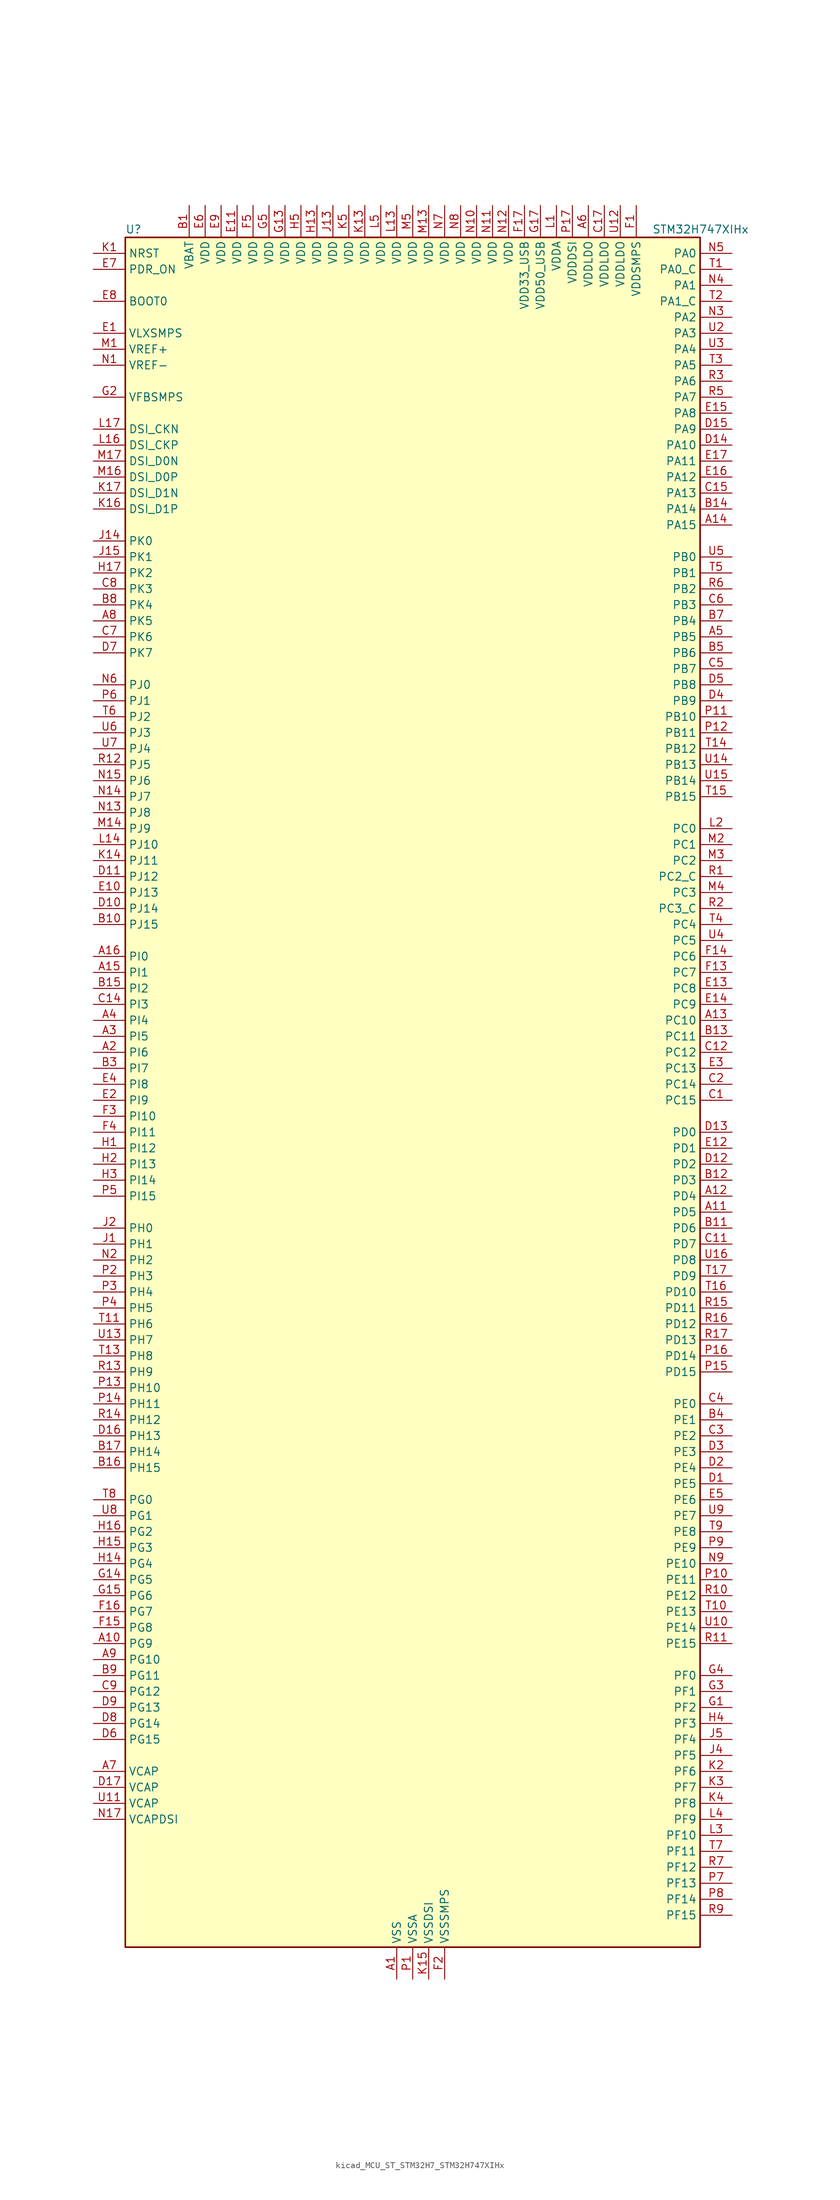
<source format=kicad_sym>
(kicad_symbol_lib
  (version 20220914)
  (generator kicad_symbol_editor)
  (symbol "kicad_MCU_ST_STM32H7_STM32H747XIHx"
    (property "Reference" "U"
      (at -45.72 138.43 0)
      (effects (font (size 1.27 1.27)) (justify left)))
    (property "Value" "STM32H747XIHx"
      (at 38.1 138.43 0)
      (effects (font (size 1.27 1.27)) (justify left)))
    (property "ki_locked" ""
      (at 0 0 0)
      (effects (font (size 1.27 1.27))))
    (symbol "kicad_MCU_ST_STM32H7_STM32H747XIHx_0_1"
      (rectangle (start -45.72 -134.62) (end 45.72 137.16) (stroke (width 0.254) (type default)) (fill (type background))))
    (symbol "kicad_MCU_ST_STM32H7_STM32H747XIHx_1_1"
      (pin power_in line (at -2.54 -139.7 90) (length 5.08) (name "VSS" (effects (font (size 1.27 1.27)))) (number "A1" (effects (font (size 1.27 1.27)))))
      (pin bidirectional line (at -50.8 -86.36 0) (length 5.08) (name "PG9" (effects (font (size 1.27 1.27)))) (number "A10" (effects (font (size 1.27 1.27)))) (alternate "DAC1_EXTI9" bidirectional line) (alternate "DCMI_VSYNC" bidirectional line) (alternate "FMC_NCE" bidirectional line) (alternate "FMC_NE2" bidirectional line) (alternate "I2S1_SDI" bidirectional line) (alternate "QUADSPI_BK2_IO2" bidirectional line) (alternate "SAI2_FS_B" bidirectional line) (alternate "SPDIFRX1_IN3" bidirectional line) (alternate "SPI1_MISO" bidirectional line) (alternate "USART6_RX" bidirectional line))
      (pin bidirectional line (at 50.8 -17.78 180) (length 5.08) (name "PD5" (effects (font (size 1.27 1.27)))) (number "A11" (effects (font (size 1.27 1.27)))) (alternate "FMC_NWE" bidirectional line) (alternate "HRTIM_EEV3" bidirectional line) (alternate "USART2_TX" bidirectional line))
      (pin bidirectional line (at 50.8 -15.24 180) (length 5.08) (name "PD4" (effects (font (size 1.27 1.27)))) (number "A12" (effects (font (size 1.27 1.27)))) (alternate "FMC_NOE" bidirectional line) (alternate "HRTIM_FLT3" bidirectional line) (alternate "SAI3_FS_A" bidirectional line) (alternate "USART2_DE" bidirectional line) (alternate "USART2_RTS" bidirectional line))
      (pin bidirectional line (at 50.8 12.7 180) (length 5.08) (name "PC10" (effects (font (size 1.27 1.27)))) (number "A13" (effects (font (size 1.27 1.27)))) (alternate "DCMI_D8" bidirectional line) (alternate "DFSDM1_CKIN5" bidirectional line) (alternate "HRTIM_EEV1" bidirectional line) (alternate "I2S3_CK" bidirectional line) (alternate "LTDC_R2" bidirectional line) (alternate "QUADSPI_BK1_IO1" bidirectional line) (alternate "SDMMC1_D2" bidirectional line) (alternate "SPI3_SCK" bidirectional line) (alternate "UART4_TX" bidirectional line) (alternate "USART3_TX" bidirectional line))
      (pin bidirectional line (at 50.8 91.44 180) (length 5.08) (name "PA15" (effects (font (size 1.27 1.27)))) (number "A14" (effects (font (size 1.27 1.27)))) (alternate "ADC1_EXTI15" bidirectional line) (alternate "ADC2_EXTI15" bidirectional line) (alternate "ADC3_EXTI15" bidirectional line) (alternate "CEC" bidirectional line) (alternate "DEBUG_JTDI" bidirectional line) (alternate "DSIHOST_TE" bidirectional line) (alternate "HRTIM_FLT1" bidirectional line) (alternate "I2S1_WS" bidirectional line) (alternate "I2S3_WS" bidirectional line) (alternate "SPI1_NSS" bidirectional line) (alternate "SPI3_NSS" bidirectional line) (alternate "SPI6_NSS" bidirectional line) (alternate "TIM2_CH1" bidirectional line) (alternate "TIM2_ETR" bidirectional line) (alternate "UART4_DE" bidirectional line) (alternate "UART4_RTS" bidirectional line) (alternate "UART7_TX" bidirectional line))
      (pin bidirectional line (at -50.8 20.32 0) (length 5.08) (name "PI1" (effects (font (size 1.27 1.27)))) (number "A15" (effects (font (size 1.27 1.27)))) (alternate "DCMI_D8" bidirectional line) (alternate "FMC_D25" bidirectional line) (alternate "I2S2_CK" bidirectional line) (alternate "LTDC_G6" bidirectional line) (alternate "SPI2_SCK" bidirectional line) (alternate "TIM8_BKIN2" bidirectional line) (alternate "TIM8_BKIN2_COMP1" bidirectional line) (alternate "TIM8_BKIN2_COMP2" bidirectional line))
      (pin bidirectional line (at -50.8 22.86 0) (length 5.08) (name "PI0" (effects (font (size 1.27 1.27)))) (number "A16" (effects (font (size 1.27 1.27)))) (alternate "DCMI_D13" bidirectional line) (alternate "FMC_D24" bidirectional line) (alternate "I2S2_WS" bidirectional line) (alternate "LTDC_G5" bidirectional line) (alternate "SPI2_NSS" bidirectional line) (alternate "TIM5_CH4" bidirectional line))
      (pin passive line (at -2.54 -139.7 90) (length 5.08) hide (name "VSS" (effects (font (size 1.27 1.27)))) (number "A17" (effects (font (size 1.27 1.27)))))
      (pin bidirectional line (at -50.8 7.62 0) (length 5.08) (name "PI6" (effects (font (size 1.27 1.27)))) (number "A2" (effects (font (size 1.27 1.27)))) (alternate "DCMI_D6" bidirectional line) (alternate "FMC_D28" bidirectional line) (alternate "LTDC_B6" bidirectional line) (alternate "SAI2_SD_A" bidirectional line) (alternate "TIM8_CH2" bidirectional line))
      (pin bidirectional line (at -50.8 10.16 0) (length 5.08) (name "PI5" (effects (font (size 1.27 1.27)))) (number "A3" (effects (font (size 1.27 1.27)))) (alternate "DCMI_VSYNC" bidirectional line) (alternate "FMC_NBL3" bidirectional line) (alternate "LTDC_B5" bidirectional line) (alternate "SAI2_SCK_A" bidirectional line) (alternate "TIM8_CH1" bidirectional line))
      (pin bidirectional line (at -50.8 12.7 0) (length 5.08) (name "PI4" (effects (font (size 1.27 1.27)))) (number "A4" (effects (font (size 1.27 1.27)))) (alternate "DCMI_D5" bidirectional line) (alternate "FMC_NBL2" bidirectional line) (alternate "LTDC_B4" bidirectional line) (alternate "SAI2_MCLK_A" bidirectional line) (alternate "TIM8_BKIN" bidirectional line) (alternate "TIM8_BKIN_COMP1" bidirectional line) (alternate "TIM8_BKIN_COMP2" bidirectional line))
      (pin bidirectional line (at 50.8 73.66 180) (length 5.08) (name "PB5" (effects (font (size 1.27 1.27)))) (number "A5" (effects (font (size 1.27 1.27)))) (alternate "DCMI_D10" bidirectional line) (alternate "ETH_PPS_OUT" bidirectional line) (alternate "FDCAN2_RX" bidirectional line) (alternate "FMC_SDCKE1" bidirectional line) (alternate "HRTIM_EEV7" bidirectional line) (alternate "I2C1_SMBA" bidirectional line) (alternate "I2C4_SMBA" bidirectional line) (alternate "I2S1_SDO" bidirectional line) (alternate "I2S3_SDO" bidirectional line) (alternate "SPI1_MOSI" bidirectional line) (alternate "SPI3_MOSI" bidirectional line) (alternate "SPI6_MOSI" bidirectional line) (alternate "TIM17_BKIN" bidirectional line) (alternate "TIM3_CH2" bidirectional line) (alternate "UART5_RX" bidirectional line) (alternate "USB_OTG_HS_ULPI_D7" bidirectional line))
      (pin power_in line (at 27.94 142.24 270) (length 5.08) (name "VDDLDO" (effects (font (size 1.27 1.27)))) (number "A6" (effects (font (size 1.27 1.27)))))
      (pin power_out line (at -50.8 -106.68 0) (length 5.08) (name "VCAP" (effects (font (size 1.27 1.27)))) (number "A7" (effects (font (size 1.27 1.27)))))
      (pin bidirectional line (at -50.8 76.2 0) (length 5.08) (name "PK5" (effects (font (size 1.27 1.27)))) (number "A8" (effects (font (size 1.27 1.27)))) (alternate "LTDC_B6" bidirectional line))
      (pin bidirectional line (at -50.8 -88.9 0) (length 5.08) (name "PG10" (effects (font (size 1.27 1.27)))) (number "A9" (effects (font (size 1.27 1.27)))) (alternate "DCMI_D2" bidirectional line) (alternate "FMC_NE3" bidirectional line) (alternate "HRTIM_FLT5" bidirectional line) (alternate "I2S1_WS" bidirectional line) (alternate "LTDC_B2" bidirectional line) (alternate "LTDC_G3" bidirectional line) (alternate "SAI2_SD_B" bidirectional line) (alternate "SPI1_NSS" bidirectional line))
      (pin power_in line (at -35.56 142.24 270) (length 5.08) (name "VBAT" (effects (font (size 1.27 1.27)))) (number "B1" (effects (font (size 1.27 1.27)))))
      (pin bidirectional line (at -50.8 27.94 0) (length 5.08) (name "PJ15" (effects (font (size 1.27 1.27)))) (number "B10" (effects (font (size 1.27 1.27)))) (alternate "ADC1_EXTI15" bidirectional line) (alternate "ADC2_EXTI15" bidirectional line) (alternate "ADC3_EXTI15" bidirectional line) (alternate "LTDC_B3" bidirectional line))
      (pin bidirectional line (at 50.8 -20.32 180) (length 5.08) (name "PD6" (effects (font (size 1.27 1.27)))) (number "B11" (effects (font (size 1.27 1.27)))) (alternate "DCMI_D10" bidirectional line) (alternate "DFSDM1_CKIN4" bidirectional line) (alternate "DFSDM1_DATIN1" bidirectional line) (alternate "FMC_NWAIT" bidirectional line) (alternate "I2S3_SDO" bidirectional line) (alternate "LTDC_B2" bidirectional line) (alternate "SAI1_D1" bidirectional line) (alternate "SAI1_SD_A" bidirectional line) (alternate "SAI4_D1" bidirectional line) (alternate "SAI4_SD_A" bidirectional line) (alternate "SDMMC2_CK" bidirectional line) (alternate "SPI3_MOSI" bidirectional line) (alternate "USART2_RX" bidirectional line))
      (pin bidirectional line (at 50.8 -12.7 180) (length 5.08) (name "PD3" (effects (font (size 1.27 1.27)))) (number "B12" (effects (font (size 1.27 1.27)))) (alternate "DCMI_D5" bidirectional line) (alternate "DFSDM1_CKOUT" bidirectional line) (alternate "FMC_CLK" bidirectional line) (alternate "I2S2_CK" bidirectional line) (alternate "LTDC_G7" bidirectional line) (alternate "SPI2_SCK" bidirectional line) (alternate "USART2_CTS" bidirectional line) (alternate "USART2_NSS" bidirectional line))
      (pin bidirectional line (at 50.8 10.16 180) (length 5.08) (name "PC11" (effects (font (size 1.27 1.27)))) (number "B13" (effects (font (size 1.27 1.27)))) (alternate "ADC1_EXTI11" bidirectional line) (alternate "ADC2_EXTI11" bidirectional line) (alternate "ADC3_EXTI11" bidirectional line) (alternate "DCMI_D4" bidirectional line) (alternate "DFSDM1_DATIN5" bidirectional line) (alternate "HRTIM_FLT2" bidirectional line) (alternate "I2S3_SDI" bidirectional line) (alternate "QUADSPI_BK2_NCS" bidirectional line) (alternate "SDMMC1_D3" bidirectional line) (alternate "SPI3_MISO" bidirectional line) (alternate "UART4_RX" bidirectional line) (alternate "USART3_RX" bidirectional line))
      (pin bidirectional line (at 50.8 93.98 180) (length 5.08) (name "PA14" (effects (font (size 1.27 1.27)))) (number "B14" (effects (font (size 1.27 1.27)))) (alternate "DEBUG_JTCK-SWCLK" bidirectional line))
      (pin bidirectional line (at -50.8 17.78 0) (length 5.08) (name "PI2" (effects (font (size 1.27 1.27)))) (number "B15" (effects (font (size 1.27 1.27)))) (alternate "DCMI_D9" bidirectional line) (alternate "FMC_D26" bidirectional line) (alternate "I2S2_SDI" bidirectional line) (alternate "LTDC_G7" bidirectional line) (alternate "SPI2_MISO" bidirectional line) (alternate "TIM8_CH4" bidirectional line))
      (pin bidirectional line (at -50.8 -58.42 0) (length 5.08) (name "PH15" (effects (font (size 1.27 1.27)))) (number "B16" (effects (font (size 1.27 1.27)))) (alternate "ADC1_EXTI15" bidirectional line) (alternate "ADC2_EXTI15" bidirectional line) (alternate "ADC3_EXTI15" bidirectional line) (alternate "DCMI_D11" bidirectional line) (alternate "FMC_D23" bidirectional line) (alternate "LTDC_G4" bidirectional line) (alternate "TIM8_CH3N" bidirectional line))
      (pin bidirectional line (at -50.8 -55.88 0) (length 5.08) (name "PH14" (effects (font (size 1.27 1.27)))) (number "B17" (effects (font (size 1.27 1.27)))) (alternate "DCMI_D4" bidirectional line) (alternate "FDCAN1_RX" bidirectional line) (alternate "FMC_D22" bidirectional line) (alternate "LTDC_G3" bidirectional line) (alternate "TIM8_CH2N" bidirectional line) (alternate "UART4_RX" bidirectional line))
      (pin passive line (at -2.54 -139.7 90) (length 5.08) hide (name "VSS" (effects (font (size 1.27 1.27)))) (number "B2" (effects (font (size 1.27 1.27)))))
      (pin bidirectional line (at -50.8 5.08 0) (length 5.08) (name "PI7" (effects (font (size 1.27 1.27)))) (number "B3" (effects (font (size 1.27 1.27)))) (alternate "DCMI_D7" bidirectional line) (alternate "FMC_D29" bidirectional line) (alternate "LTDC_B7" bidirectional line) (alternate "SAI2_FS_A" bidirectional line) (alternate "TIM8_CH3" bidirectional line))
      (pin bidirectional line (at 50.8 -50.8 180) (length 5.08) (name "PE1" (effects (font (size 1.27 1.27)))) (number "B4" (effects (font (size 1.27 1.27)))) (alternate "DCMI_D3" bidirectional line) (alternate "FMC_NBL1" bidirectional line) (alternate "HRTIM_SCOUT" bidirectional line) (alternate "LPTIM1_IN2" bidirectional line) (alternate "UART8_TX" bidirectional line))
      (pin bidirectional line (at 50.8 71.12 180) (length 5.08) (name "PB6" (effects (font (size 1.27 1.27)))) (number "B5" (effects (font (size 1.27 1.27)))) (alternate "CEC" bidirectional line) (alternate "DCMI_D5" bidirectional line) (alternate "DFSDM1_DATIN5" bidirectional line) (alternate "FDCAN2_TX" bidirectional line) (alternate "FMC_SDNE1" bidirectional line) (alternate "HRTIM_EEV8" bidirectional line) (alternate "I2C1_SCL" bidirectional line) (alternate "I2C4_SCL" bidirectional line) (alternate "LPUART1_TX" bidirectional line) (alternate "QUADSPI_BK1_NCS" bidirectional line) (alternate "TIM16_CH1N" bidirectional line) (alternate "TIM4_CH1" bidirectional line) (alternate "UART5_TX" bidirectional line) (alternate "USART1_TX" bidirectional line))
      (pin passive line (at -2.54 -139.7 90) (length 5.08) hide (name "VSS" (effects (font (size 1.27 1.27)))) (number "B6" (effects (font (size 1.27 1.27)))))
      (pin bidirectional line (at 50.8 76.2 180) (length 5.08) (name "PB4" (effects (font (size 1.27 1.27)))) (number "B7" (effects (font (size 1.27 1.27)))) (alternate "DEBUG_JTRST" bidirectional line) (alternate "HRTIM_EEV6" bidirectional line) (alternate "I2S1_SDI" bidirectional line) (alternate "I2S2_WS" bidirectional line) (alternate "I2S3_SDI" bidirectional line) (alternate "SDMMC2_D3" bidirectional line) (alternate "SPI1_MISO" bidirectional line) (alternate "SPI2_NSS" bidirectional line) (alternate "SPI3_MISO" bidirectional line) (alternate "SPI6_MISO" bidirectional line) (alternate "TIM16_BKIN" bidirectional line) (alternate "TIM3_CH1" bidirectional line) (alternate "UART7_TX" bidirectional line))
      (pin bidirectional line (at -50.8 78.74 0) (length 5.08) (name "PK4" (effects (font (size 1.27 1.27)))) (number "B8" (effects (font (size 1.27 1.27)))) (alternate "LTDC_B5" bidirectional line))
      (pin bidirectional line (at -50.8 -91.44 0) (length 5.08) (name "PG11" (effects (font (size 1.27 1.27)))) (number "B9" (effects (font (size 1.27 1.27)))) (alternate "ADC1_EXTI11" bidirectional line) (alternate "ADC2_EXTI11" bidirectional line) (alternate "ADC3_EXTI11" bidirectional line) (alternate "DCMI_D3" bidirectional line) (alternate "ETH_TX_EN" bidirectional line) (alternate "HRTIM_EEV4" bidirectional line) (alternate "I2S1_CK" bidirectional line) (alternate "LPTIM1_IN2" bidirectional line) (alternate "LTDC_B3" bidirectional line) (alternate "SDMMC2_D2" bidirectional line) (alternate "SPDIFRX1_IN0" bidirectional line) (alternate "SPI1_SCK" bidirectional line))
      (pin bidirectional line (at 50.8 0 180) (length 5.08) (name "PC15" (effects (font (size 1.27 1.27)))) (number "C1" (effects (font (size 1.27 1.27)))) (alternate "ADC1_EXTI15" bidirectional line) (alternate "ADC2_EXTI15" bidirectional line) (alternate "ADC3_EXTI15" bidirectional line) (alternate "RCC_OSC32_OUT" bidirectional line))
      (pin passive line (at -2.54 -139.7 90) (length 5.08) hide (name "VSS" (effects (font (size 1.27 1.27)))) (number "C10" (effects (font (size 1.27 1.27)))))
      (pin bidirectional line (at 50.8 -22.86 180) (length 5.08) (name "PD7" (effects (font (size 1.27 1.27)))) (number "C11" (effects (font (size 1.27 1.27)))) (alternate "DFSDM1_CKIN1" bidirectional line) (alternate "DFSDM1_DATIN4" bidirectional line) (alternate "FMC_NE1" bidirectional line) (alternate "I2S1_SDO" bidirectional line) (alternate "SDMMC2_CMD" bidirectional line) (alternate "SPDIFRX1_IN0" bidirectional line) (alternate "SPI1_MOSI" bidirectional line) (alternate "USART2_CK" bidirectional line))
      (pin bidirectional line (at 50.8 7.62 180) (length 5.08) (name "PC12" (effects (font (size 1.27 1.27)))) (number "C12" (effects (font (size 1.27 1.27)))) (alternate "DCMI_D9" bidirectional line) (alternate "DEBUG_TRACED3" bidirectional line) (alternate "HRTIM_EEV2" bidirectional line) (alternate "I2S3_SDO" bidirectional line) (alternate "SDMMC1_CK" bidirectional line) (alternate "SPI3_MOSI" bidirectional line) (alternate "UART5_TX" bidirectional line) (alternate "USART3_CK" bidirectional line))
      (pin passive line (at -2.54 -139.7 90) (length 5.08) hide (name "VSS" (effects (font (size 1.27 1.27)))) (number "C13" (effects (font (size 1.27 1.27)))))
      (pin bidirectional line (at -50.8 15.24 0) (length 5.08) (name "PI3" (effects (font (size 1.27 1.27)))) (number "C14" (effects (font (size 1.27 1.27)))) (alternate "DCMI_D10" bidirectional line) (alternate "FMC_D27" bidirectional line) (alternate "I2S2_SDO" bidirectional line) (alternate "SPI2_MOSI" bidirectional line) (alternate "TIM8_ETR" bidirectional line))
      (pin bidirectional line (at 50.8 96.52 180) (length 5.08) (name "PA13" (effects (font (size 1.27 1.27)))) (number "C15" (effects (font (size 1.27 1.27)))) (alternate "DEBUG_JTMS-SWDIO" bidirectional line))
      (pin passive line (at -2.54 -139.7 90) (length 5.08) hide (name "VSS" (effects (font (size 1.27 1.27)))) (number "C16" (effects (font (size 1.27 1.27)))))
      (pin power_in line (at 30.48 142.24 270) (length 5.08) (name "VDDLDO" (effects (font (size 1.27 1.27)))) (number "C17" (effects (font (size 1.27 1.27)))))
      (pin bidirectional line (at 50.8 2.54 180) (length 5.08) (name "PC14" (effects (font (size 1.27 1.27)))) (number "C2" (effects (font (size 1.27 1.27)))) (alternate "RCC_OSC32_IN" bidirectional line))
      (pin bidirectional line (at 50.8 -53.34 180) (length 5.08) (name "PE2" (effects (font (size 1.27 1.27)))) (number "C3" (effects (font (size 1.27 1.27)))) (alternate "DEBUG_TRACECLK" bidirectional line) (alternate "ETH_TXD3" bidirectional line) (alternate "FMC_A23" bidirectional line) (alternate "QUADSPI_BK1_IO2" bidirectional line) (alternate "SAI1_CK1" bidirectional line) (alternate "SAI1_MCLK_A" bidirectional line) (alternate "SAI4_CK1" bidirectional line) (alternate "SAI4_MCLK_A" bidirectional line) (alternate "SPI4_SCK" bidirectional line))
      (pin bidirectional line (at 50.8 -48.26 180) (length 5.08) (name "PE0" (effects (font (size 1.27 1.27)))) (number "C4" (effects (font (size 1.27 1.27)))) (alternate "DCMI_D2" bidirectional line) (alternate "FMC_NBL0" bidirectional line) (alternate "HRTIM_SCIN" bidirectional line) (alternate "LPTIM1_ETR" bidirectional line) (alternate "LPTIM2_ETR" bidirectional line) (alternate "SAI2_MCLK_A" bidirectional line) (alternate "TIM4_ETR" bidirectional line) (alternate "UART8_RX" bidirectional line))
      (pin bidirectional line (at 50.8 68.58 180) (length 5.08) (name "PB7" (effects (font (size 1.27 1.27)))) (number "C5" (effects (font (size 1.27 1.27)))) (alternate "DCMI_VSYNC" bidirectional line) (alternate "DFSDM1_CKIN5" bidirectional line) (alternate "FMC_NL" bidirectional line) (alternate "HRTIM_EEV9" bidirectional line) (alternate "I2C1_SDA" bidirectional line) (alternate "I2C4_SDA" bidirectional line) (alternate "LPUART1_RX" bidirectional line) (alternate "PWR_PVD_IN" bidirectional line) (alternate "TIM17_CH1N" bidirectional line) (alternate "TIM4_CH2" bidirectional line) (alternate "USART1_RX" bidirectional line))
      (pin bidirectional line (at 50.8 78.74 180) (length 5.08) (name "PB3" (effects (font (size 1.27 1.27)))) (number "C6" (effects (font (size 1.27 1.27)))) (alternate "CRS_SYNC" bidirectional line) (alternate "DEBUG_JTDO-SWO" bidirectional line) (alternate "HRTIM_FLT4" bidirectional line) (alternate "I2S1_CK" bidirectional line) (alternate "I2S3_CK" bidirectional line) (alternate "SDMMC2_D2" bidirectional line) (alternate "SPI1_SCK" bidirectional line) (alternate "SPI3_SCK" bidirectional line) (alternate "SPI6_SCK" bidirectional line) (alternate "TIM2_CH2" bidirectional line) (alternate "UART7_RX" bidirectional line))
      (pin bidirectional line (at -50.8 73.66 0) (length 5.08) (name "PK6" (effects (font (size 1.27 1.27)))) (number "C7" (effects (font (size 1.27 1.27)))) (alternate "LTDC_B7" bidirectional line))
      (pin bidirectional line (at -50.8 81.28 0) (length 5.08) (name "PK3" (effects (font (size 1.27 1.27)))) (number "C8" (effects (font (size 1.27 1.27)))) (alternate "LTDC_B4" bidirectional line))
      (pin bidirectional line (at -50.8 -93.98 0) (length 5.08) (name "PG12" (effects (font (size 1.27 1.27)))) (number "C9" (effects (font (size 1.27 1.27)))) (alternate "ETH_TXD1" bidirectional line) (alternate "FMC_NE4" bidirectional line) (alternate "HRTIM_EEV5" bidirectional line) (alternate "LPTIM1_IN1" bidirectional line) (alternate "LTDC_B1" bidirectional line) (alternate "LTDC_B4" bidirectional line) (alternate "SPDIFRX1_IN1" bidirectional line) (alternate "SPI6_MISO" bidirectional line) (alternate "USART6_DE" bidirectional line) (alternate "USART6_RTS" bidirectional line))
      (pin bidirectional line (at 50.8 -60.96 180) (length 5.08) (name "PE5" (effects (font (size 1.27 1.27)))) (number "D1" (effects (font (size 1.27 1.27)))) (alternate "DCMI_D6" bidirectional line) (alternate "DEBUG_TRACED2" bidirectional line) (alternate "DFSDM1_CKIN3" bidirectional line) (alternate "FMC_A21" bidirectional line) (alternate "LTDC_G0" bidirectional line) (alternate "SAI1_CK2" bidirectional line) (alternate "SAI1_SCK_A" bidirectional line) (alternate "SAI4_CK2" bidirectional line) (alternate "SAI4_SCK_A" bidirectional line) (alternate "SPI4_MISO" bidirectional line) (alternate "TIM15_CH1" bidirectional line))
      (pin bidirectional line (at -50.8 30.48 0) (length 5.08) (name "PJ14" (effects (font (size 1.27 1.27)))) (number "D10" (effects (font (size 1.27 1.27)))) (alternate "LTDC_B2" bidirectional line))
      (pin bidirectional line (at -50.8 35.56 0) (length 5.08) (name "PJ12" (effects (font (size 1.27 1.27)))) (number "D11" (effects (font (size 1.27 1.27)))) (alternate "DEBUG_TRGOUT" bidirectional line) (alternate "LTDC_B0" bidirectional line) (alternate "LTDC_G3" bidirectional line))
      (pin bidirectional line (at 50.8 -10.16 180) (length 5.08) (name "PD2" (effects (font (size 1.27 1.27)))) (number "D12" (effects (font (size 1.27 1.27)))) (alternate "DCMI_D11" bidirectional line) (alternate "DEBUG_TRACED2" bidirectional line) (alternate "SDMMC1_CMD" bidirectional line) (alternate "TIM3_ETR" bidirectional line) (alternate "UART5_RX" bidirectional line))
      (pin bidirectional line (at 50.8 -5.08 180) (length 5.08) (name "PD0" (effects (font (size 1.27 1.27)))) (number "D13" (effects (font (size 1.27 1.27)))) (alternate "DFSDM1_CKIN6" bidirectional line) (alternate "FDCAN1_RX" bidirectional line) (alternate "FMC_D2" bidirectional line) (alternate "FMC_DA2" bidirectional line) (alternate "SAI3_SCK_A" bidirectional line) (alternate "UART4_RX" bidirectional line))
      (pin bidirectional line (at 50.8 104.14 180) (length 5.08) (name "PA10" (effects (font (size 1.27 1.27)))) (number "D14" (effects (font (size 1.27 1.27)))) (alternate "DCMI_D1" bidirectional line) (alternate "HRTIM_CHC2" bidirectional line) (alternate "LPUART1_RX" bidirectional line) (alternate "LTDC_B1" bidirectional line) (alternate "LTDC_B4" bidirectional line) (alternate "MDIOS_MDIO" bidirectional line) (alternate "TIM1_CH3" bidirectional line) (alternate "USART1_RX" bidirectional line) (alternate "USB_OTG_FS_ID" bidirectional line))
      (pin bidirectional line (at 50.8 106.68 180) (length 5.08) (name "PA9" (effects (font (size 1.27 1.27)))) (number "D15" (effects (font (size 1.27 1.27)))) (alternate "DAC1_EXTI9" bidirectional line) (alternate "DCMI_D0" bidirectional line) (alternate "HRTIM_CHC1" bidirectional line) (alternate "I2C3_SMBA" bidirectional line) (alternate "I2S2_CK" bidirectional line) (alternate "LPUART1_TX" bidirectional line) (alternate "LTDC_R5" bidirectional line) (alternate "SPI2_SCK" bidirectional line) (alternate "TIM1_CH2" bidirectional line) (alternate "USART1_TX" bidirectional line) (alternate "USB_OTG_FS_VBUS" bidirectional line))
      (pin bidirectional line (at -50.8 -53.34 0) (length 5.08) (name "PH13" (effects (font (size 1.27 1.27)))) (number "D16" (effects (font (size 1.27 1.27)))) (alternate "FDCAN1_TX" bidirectional line) (alternate "FMC_D21" bidirectional line) (alternate "LTDC_G2" bidirectional line) (alternate "TIM8_CH1N" bidirectional line) (alternate "UART4_TX" bidirectional line))
      (pin power_out line (at -50.8 -109.22 0) (length 5.08) (name "VCAP" (effects (font (size 1.27 1.27)))) (number "D17" (effects (font (size 1.27 1.27)))))
      (pin bidirectional line (at 50.8 -58.42 180) (length 5.08) (name "PE4" (effects (font (size 1.27 1.27)))) (number "D2" (effects (font (size 1.27 1.27)))) (alternate "DCMI_D4" bidirectional line) (alternate "DEBUG_TRACED1" bidirectional line) (alternate "DFSDM1_DATIN3" bidirectional line) (alternate "FMC_A20" bidirectional line) (alternate "LTDC_B0" bidirectional line) (alternate "SAI1_D2" bidirectional line) (alternate "SAI1_FS_A" bidirectional line) (alternate "SAI4_D2" bidirectional line) (alternate "SAI4_FS_A" bidirectional line) (alternate "SPI4_NSS" bidirectional line) (alternate "TIM15_CH1N" bidirectional line))
      (pin bidirectional line (at 50.8 -55.88 180) (length 5.08) (name "PE3" (effects (font (size 1.27 1.27)))) (number "D3" (effects (font (size 1.27 1.27)))) (alternate "DEBUG_TRACED0" bidirectional line) (alternate "FMC_A19" bidirectional line) (alternate "SAI1_SD_B" bidirectional line) (alternate "SAI4_SD_B" bidirectional line) (alternate "TIM15_BKIN" bidirectional line))
      (pin bidirectional line (at 50.8 63.5 180) (length 5.08) (name "PB9" (effects (font (size 1.27 1.27)))) (number "D4" (effects (font (size 1.27 1.27)))) (alternate "DAC1_EXTI9" bidirectional line) (alternate "DCMI_D7" bidirectional line) (alternate "DFSDM1_DATIN7" bidirectional line) (alternate "FDCAN1_TX" bidirectional line) (alternate "I2C1_SDA" bidirectional line) (alternate "I2C4_SDA" bidirectional line) (alternate "I2C4_SMBA" bidirectional line) (alternate "I2S2_WS" bidirectional line) (alternate "LTDC_B7" bidirectional line) (alternate "SDMMC1_CDIR" bidirectional line) (alternate "SDMMC1_D5" bidirectional line) (alternate "SDMMC2_D5" bidirectional line) (alternate "SPI2_NSS" bidirectional line) (alternate "TIM17_CH1" bidirectional line) (alternate "TIM4_CH4" bidirectional line) (alternate "UART4_TX" bidirectional line))
      (pin bidirectional line (at 50.8 66.04 180) (length 5.08) (name "PB8" (effects (font (size 1.27 1.27)))) (number "D5" (effects (font (size 1.27 1.27)))) (alternate "DCMI_D6" bidirectional line) (alternate "DFSDM1_CKIN7" bidirectional line) (alternate "ETH_TXD3" bidirectional line) (alternate "FDCAN1_RX" bidirectional line) (alternate "I2C1_SCL" bidirectional line) (alternate "I2C4_SCL" bidirectional line) (alternate "LTDC_B6" bidirectional line) (alternate "SDMMC1_CKIN" bidirectional line) (alternate "SDMMC1_D4" bidirectional line) (alternate "SDMMC2_D4" bidirectional line) (alternate "TIM16_CH1" bidirectional line) (alternate "TIM4_CH3" bidirectional line) (alternate "UART4_RX" bidirectional line))
      (pin bidirectional line (at -50.8 -101.6 0) (length 5.08) (name "PG15" (effects (font (size 1.27 1.27)))) (number "D6" (effects (font (size 1.27 1.27)))) (alternate "ADC1_EXTI15" bidirectional line) (alternate "ADC2_EXTI15" bidirectional line) (alternate "ADC3_EXTI15" bidirectional line) (alternate "DCMI_D13" bidirectional line) (alternate "FMC_SDNCAS" bidirectional line) (alternate "USART6_CTS" bidirectional line) (alternate "USART6_NSS" bidirectional line))
      (pin bidirectional line (at -50.8 71.12 0) (length 5.08) (name "PK7" (effects (font (size 1.27 1.27)))) (number "D7" (effects (font (size 1.27 1.27)))) (alternate "LTDC_DE" bidirectional line))
      (pin bidirectional line (at -50.8 -99.06 0) (length 5.08) (name "PG14" (effects (font (size 1.27 1.27)))) (number "D8" (effects (font (size 1.27 1.27)))) (alternate "DEBUG_TRACED1" bidirectional line) (alternate "ETH_TXD1" bidirectional line) (alternate "FMC_A25" bidirectional line) (alternate "LPTIM1_ETR" bidirectional line) (alternate "LTDC_B0" bidirectional line) (alternate "QUADSPI_BK2_IO3" bidirectional line) (alternate "SPI6_MOSI" bidirectional line) (alternate "USART6_TX" bidirectional line))
      (pin bidirectional line (at -50.8 -96.52 0) (length 5.08) (name "PG13" (effects (font (size 1.27 1.27)))) (number "D9" (effects (font (size 1.27 1.27)))) (alternate "DEBUG_TRACED0" bidirectional line) (alternate "ETH_TXD0" bidirectional line) (alternate "FMC_A24" bidirectional line) (alternate "HRTIM_EEV10" bidirectional line) (alternate "LPTIM1_OUT" bidirectional line) (alternate "LTDC_R0" bidirectional line) (alternate "SPI6_SCK" bidirectional line) (alternate "USART6_CTS" bidirectional line) (alternate "USART6_NSS" bidirectional line))
      (pin power_in line (at -50.8 121.92 0) (length 5.08) (name "VLXSMPS" (effects (font (size 1.27 1.27)))) (number "E1" (effects (font (size 1.27 1.27)))))
      (pin bidirectional line (at -50.8 33.02 0) (length 5.08) (name "PJ13" (effects (font (size 1.27 1.27)))) (number "E10" (effects (font (size 1.27 1.27)))) (alternate "LTDC_B1" bidirectional line) (alternate "LTDC_B4" bidirectional line))
      (pin power_in line (at -27.94 142.24 270) (length 5.08) (name "VDD" (effects (font (size 1.27 1.27)))) (number "E11" (effects (font (size 1.27 1.27)))))
      (pin bidirectional line (at 50.8 -7.62 180) (length 5.08) (name "PD1" (effects (font (size 1.27 1.27)))) (number "E12" (effects (font (size 1.27 1.27)))) (alternate "DFSDM1_DATIN6" bidirectional line) (alternate "FDCAN1_TX" bidirectional line) (alternate "FMC_D3" bidirectional line) (alternate "FMC_DA3" bidirectional line) (alternate "SAI3_SD_A" bidirectional line) (alternate "UART4_TX" bidirectional line))
      (pin bidirectional line (at 50.8 17.78 180) (length 5.08) (name "PC8" (effects (font (size 1.27 1.27)))) (number "E13" (effects (font (size 1.27 1.27)))) (alternate "DCMI_D2" bidirectional line) (alternate "DEBUG_TRACED1" bidirectional line) (alternate "FMC_NCE" bidirectional line) (alternate "FMC_NE2" bidirectional line) (alternate "HRTIM_CHB1" bidirectional line) (alternate "SDMMC1_D0" bidirectional line) (alternate "SWPMI1_RX" bidirectional line) (alternate "TIM3_CH3" bidirectional line) (alternate "TIM8_CH3" bidirectional line) (alternate "UART5_DE" bidirectional line) (alternate "UART5_RTS" bidirectional line) (alternate "USART6_CK" bidirectional line))
      (pin bidirectional line (at 50.8 15.24 180) (length 5.08) (name "PC9" (effects (font (size 1.27 1.27)))) (number "E14" (effects (font (size 1.27 1.27)))) (alternate "DAC1_EXTI9" bidirectional line) (alternate "DCMI_D3" bidirectional line) (alternate "I2C3_SDA" bidirectional line) (alternate "I2S_CKIN" bidirectional line) (alternate "LTDC_B2" bidirectional line) (alternate "LTDC_G3" bidirectional line) (alternate "QUADSPI_BK1_IO0" bidirectional line) (alternate "RCC_MCO_2" bidirectional line) (alternate "SDMMC1_D1" bidirectional line) (alternate "SWPMI1_SUSPEND" bidirectional line) (alternate "TIM3_CH4" bidirectional line) (alternate "TIM8_CH4" bidirectional line) (alternate "UART5_CTS" bidirectional line))
      (pin bidirectional line (at 50.8 109.22 180) (length 5.08) (name "PA8" (effects (font (size 1.27 1.27)))) (number "E15" (effects (font (size 1.27 1.27)))) (alternate "HRTIM_CHB2" bidirectional line) (alternate "I2C3_SCL" bidirectional line) (alternate "LTDC_B3" bidirectional line) (alternate "LTDC_R6" bidirectional line) (alternate "RCC_MCO_1" bidirectional line) (alternate "TIM1_CH1" bidirectional line) (alternate "TIM8_BKIN2" bidirectional line) (alternate "TIM8_BKIN2_COMP1" bidirectional line) (alternate "TIM8_BKIN2_COMP2" bidirectional line) (alternate "UART7_RX" bidirectional line) (alternate "USART1_CK" bidirectional line) (alternate "USB_OTG_FS_SOF" bidirectional line))
      (pin bidirectional line (at 50.8 99.06 180) (length 5.08) (name "PA12" (effects (font (size 1.27 1.27)))) (number "E16" (effects (font (size 1.27 1.27)))) (alternate "FDCAN1_TX" bidirectional line) (alternate "HRTIM_CHD2" bidirectional line) (alternate "I2S2_CK" bidirectional line) (alternate "LPUART1_DE" bidirectional line) (alternate "LPUART1_RTS" bidirectional line) (alternate "LTDC_R5" bidirectional line) (alternate "SAI2_FS_B" bidirectional line) (alternate "SPI2_SCK" bidirectional line) (alternate "TIM1_ETR" bidirectional line) (alternate "UART4_TX" bidirectional line) (alternate "USART1_DE" bidirectional line) (alternate "USART1_RTS" bidirectional line) (alternate "USB_OTG_FS_DP" bidirectional line))
      (pin bidirectional line (at 50.8 101.6 180) (length 5.08) (name "PA11" (effects (font (size 1.27 1.27)))) (number "E17" (effects (font (size 1.27 1.27)))) (alternate "ADC1_EXTI11" bidirectional line) (alternate "ADC2_EXTI11" bidirectional line) (alternate "ADC3_EXTI11" bidirectional line) (alternate "FDCAN1_RX" bidirectional line) (alternate "HRTIM_CHD1" bidirectional line) (alternate "I2S2_WS" bidirectional line) (alternate "LPUART1_CTS" bidirectional line) (alternate "LTDC_R4" bidirectional line) (alternate "SPI2_NSS" bidirectional line) (alternate "TIM1_CH4" bidirectional line) (alternate "UART4_RX" bidirectional line) (alternate "USART1_CTS" bidirectional line) (alternate "USART1_NSS" bidirectional line) (alternate "USB_OTG_FS_DM" bidirectional line))
      (pin bidirectional line (at -50.8 0 0) (length 5.08) (name "PI9" (effects (font (size 1.27 1.27)))) (number "E2" (effects (font (size 1.27 1.27)))) (alternate "DAC1_EXTI9" bidirectional line) (alternate "FDCAN1_RX" bidirectional line) (alternate "FMC_D30" bidirectional line) (alternate "LTDC_VSYNC" bidirectional line) (alternate "UART4_RX" bidirectional line))
      (pin bidirectional line (at 50.8 5.08 180) (length 5.08) (name "PC13" (effects (font (size 1.27 1.27)))) (number "E3" (effects (font (size 1.27 1.27)))) (alternate "PWR_WKUP2" bidirectional line) (alternate "RTC_OUT_ALARM" bidirectional line) (alternate "RTC_OUT_CALIB" bidirectional line) (alternate "RTC_TAMP1" bidirectional line) (alternate "RTC_TS" bidirectional line))
      (pin bidirectional line (at -50.8 2.54 0) (length 5.08) (name "PI8" (effects (font (size 1.27 1.27)))) (number "E4" (effects (font (size 1.27 1.27)))) (alternate "PWR_WKUP3" bidirectional line) (alternate "RTC_TAMP2" bidirectional line))
      (pin bidirectional line (at 50.8 -63.5 180) (length 5.08) (name "PE6" (effects (font (size 1.27 1.27)))) (number "E5" (effects (font (size 1.27 1.27)))) (alternate "DCMI_D7" bidirectional line) (alternate "DEBUG_TRACED3" bidirectional line) (alternate "FMC_A22" bidirectional line) (alternate "LTDC_G1" bidirectional line) (alternate "SAI1_D1" bidirectional line) (alternate "SAI1_SD_A" bidirectional line) (alternate "SAI2_MCLK_B" bidirectional line) (alternate "SAI4_D1" bidirectional line) (alternate "SAI4_SD_A" bidirectional line) (alternate "SPI4_MOSI" bidirectional line) (alternate "TIM15_CH2" bidirectional line) (alternate "TIM1_BKIN2" bidirectional line) (alternate "TIM1_BKIN2_COMP1" bidirectional line) (alternate "TIM1_BKIN2_COMP2" bidirectional line))
      (pin power_in line (at -33.02 142.24 270) (length 5.08) (name "VDD" (effects (font (size 1.27 1.27)))) (number "E6" (effects (font (size 1.27 1.27)))))
      (pin input line (at -50.8 132.08 0) (length 5.08) (name "PDR_ON" (effects (font (size 1.27 1.27)))) (number "E7" (effects (font (size 1.27 1.27)))))
      (pin input line (at -50.8 127 0) (length 5.08) (name "BOOT0" (effects (font (size 1.27 1.27)))) (number "E8" (effects (font (size 1.27 1.27)))))
      (pin power_in line (at -30.48 142.24 270) (length 5.08) (name "VDD" (effects (font (size 1.27 1.27)))) (number "E9" (effects (font (size 1.27 1.27)))))
      (pin power_in line (at 35.56 142.24 270) (length 5.08) (name "VDDSMPS" (effects (font (size 1.27 1.27)))) (number "F1" (effects (font (size 1.27 1.27)))))
      (pin bidirectional line (at 50.8 20.32 180) (length 5.08) (name "PC7" (effects (font (size 1.27 1.27)))) (number "F13" (effects (font (size 1.27 1.27)))) (alternate "DCMI_D1" bidirectional line) (alternate "DEBUG_TRGIO" bidirectional line) (alternate "DFSDM1_DATIN3" bidirectional line) (alternate "FMC_NE1" bidirectional line) (alternate "HRTIM_CHA2" bidirectional line) (alternate "I2S3_MCK" bidirectional line) (alternate "LTDC_G6" bidirectional line) (alternate "SDMMC1_D123DIR" bidirectional line) (alternate "SDMMC1_D7" bidirectional line) (alternate "SDMMC2_D7" bidirectional line) (alternate "SWPMI1_TX" bidirectional line) (alternate "TIM3_CH2" bidirectional line) (alternate "TIM8_CH2" bidirectional line) (alternate "USART6_RX" bidirectional line))
      (pin bidirectional line (at 50.8 22.86 180) (length 5.08) (name "PC6" (effects (font (size 1.27 1.27)))) (number "F14" (effects (font (size 1.27 1.27)))) (alternate "DCMI_D0" bidirectional line) (alternate "DFSDM1_CKIN3" bidirectional line) (alternate "FMC_NWAIT" bidirectional line) (alternate "HRTIM_CHA1" bidirectional line) (alternate "I2S2_MCK" bidirectional line) (alternate "LTDC_HSYNC" bidirectional line) (alternate "SDMMC1_D0DIR" bidirectional line) (alternate "SDMMC1_D6" bidirectional line) (alternate "SDMMC2_D6" bidirectional line) (alternate "SWPMI1_IO" bidirectional line) (alternate "TIM3_CH1" bidirectional line) (alternate "TIM8_CH1" bidirectional line) (alternate "USART6_TX" bidirectional line))
      (pin bidirectional line (at -50.8 -83.82 0) (length 5.08) (name "PG8" (effects (font (size 1.27 1.27)))) (number "F15" (effects (font (size 1.27 1.27)))) (alternate "ETH_PPS_OUT" bidirectional line) (alternate "FMC_SDCLK" bidirectional line) (alternate "LTDC_G7" bidirectional line) (alternate "SPDIFRX1_IN2" bidirectional line) (alternate "SPI6_NSS" bidirectional line) (alternate "TIM8_ETR" bidirectional line) (alternate "USART6_DE" bidirectional line) (alternate "USART6_RTS" bidirectional line))
      (pin bidirectional line (at -50.8 -81.28 0) (length 5.08) (name "PG7" (effects (font (size 1.27 1.27)))) (number "F16" (effects (font (size 1.27 1.27)))) (alternate "DCMI_D13" bidirectional line) (alternate "FMC_INT" bidirectional line) (alternate "HRTIM_CHE2" bidirectional line) (alternate "LTDC_CLK" bidirectional line) (alternate "SAI1_MCLK_A" bidirectional line) (alternate "USART6_CK" bidirectional line))
      (pin power_in line (at 17.78 142.24 270) (length 5.08) (name "VDD33_USB" (effects (font (size 1.27 1.27)))) (number "F17" (effects (font (size 1.27 1.27)))))
      (pin power_in line (at 5.08 -139.7 90) (length 5.08) (name "VSSSMPS" (effects (font (size 1.27 1.27)))) (number "F2" (effects (font (size 1.27 1.27)))))
      (pin bidirectional line (at -50.8 -2.54 0) (length 5.08) (name "PI10" (effects (font (size 1.27 1.27)))) (number "F3" (effects (font (size 1.27 1.27)))) (alternate "ETH_RX_ER" bidirectional line) (alternate "FMC_D31" bidirectional line) (alternate "LTDC_HSYNC" bidirectional line))
      (pin bidirectional line (at -50.8 -5.08 0) (length 5.08) (name "PI11" (effects (font (size 1.27 1.27)))) (number "F4" (effects (font (size 1.27 1.27)))) (alternate "ADC1_EXTI11" bidirectional line) (alternate "ADC2_EXTI11" bidirectional line) (alternate "ADC3_EXTI11" bidirectional line) (alternate "LTDC_G6" bidirectional line) (alternate "PWR_WKUP4" bidirectional line) (alternate "USB_OTG_HS_ULPI_DIR" bidirectional line))
      (pin power_in line (at -25.4 142.24 270) (length 5.08) (name "VDD" (effects (font (size 1.27 1.27)))) (number "F5" (effects (font (size 1.27 1.27)))))
      (pin bidirectional line (at 50.8 -96.52 180) (length 5.08) (name "PF2" (effects (font (size 1.27 1.27)))) (number "G1" (effects (font (size 1.27 1.27)))) (alternate "FMC_A2" bidirectional line) (alternate "I2C2_SMBA" bidirectional line))
      (pin passive line (at -2.54 -139.7 90) (length 5.08) hide (name "VSS" (effects (font (size 1.27 1.27)))) (number "G10" (effects (font (size 1.27 1.27)))))
      (pin passive line (at -2.54 -139.7 90) (length 5.08) hide (name "VSS" (effects (font (size 1.27 1.27)))) (number "G11" (effects (font (size 1.27 1.27)))))
      (pin power_in line (at -20.32 142.24 270) (length 5.08) (name "VDD" (effects (font (size 1.27 1.27)))) (number "G13" (effects (font (size 1.27 1.27)))))
      (pin bidirectional line (at -50.8 -76.2 0) (length 5.08) (name "PG5" (effects (font (size 1.27 1.27)))) (number "G14" (effects (font (size 1.27 1.27)))) (alternate "FMC_A15" bidirectional line) (alternate "FMC_BA1" bidirectional line) (alternate "TIM1_ETR" bidirectional line))
      (pin bidirectional line (at -50.8 -78.74 0) (length 5.08) (name "PG6" (effects (font (size 1.27 1.27)))) (number "G15" (effects (font (size 1.27 1.27)))) (alternate "DCMI_D12" bidirectional line) (alternate "FMC_NE3" bidirectional line) (alternate "HRTIM_CHE1" bidirectional line) (alternate "LTDC_R7" bidirectional line) (alternate "QUADSPI_BK1_NCS" bidirectional line) (alternate "TIM17_BKIN" bidirectional line))
      (pin passive line (at -2.54 -139.7 90) (length 5.08) hide (name "VSS" (effects (font (size 1.27 1.27)))) (number "G16" (effects (font (size 1.27 1.27)))))
      (pin power_in line (at 20.32 142.24 270) (length 5.08) (name "VDD50_USB" (effects (font (size 1.27 1.27)))) (number "G17" (effects (font (size 1.27 1.27)))))
      (pin input line (at -50.8 111.76 0) (length 5.08) (name "VFBSMPS" (effects (font (size 1.27 1.27)))) (number "G2" (effects (font (size 1.27 1.27)))))
      (pin bidirectional line (at 50.8 -93.98 180) (length 5.08) (name "PF1" (effects (font (size 1.27 1.27)))) (number "G3" (effects (font (size 1.27 1.27)))) (alternate "FMC_A1" bidirectional line) (alternate "I2C2_SCL" bidirectional line))
      (pin bidirectional line (at 50.8 -91.44 180) (length 5.08) (name "PF0" (effects (font (size 1.27 1.27)))) (number "G4" (effects (font (size 1.27 1.27)))) (alternate "FMC_A0" bidirectional line) (alternate "I2C2_SDA" bidirectional line))
      (pin power_in line (at -22.86 142.24 270) (length 5.08) (name "VDD" (effects (font (size 1.27 1.27)))) (number "G5" (effects (font (size 1.27 1.27)))))
      (pin passive line (at -2.54 -139.7 90) (length 5.08) hide (name "VSS" (effects (font (size 1.27 1.27)))) (number "G7" (effects (font (size 1.27 1.27)))))
      (pin passive line (at -2.54 -139.7 90) (length 5.08) hide (name "VSS" (effects (font (size 1.27 1.27)))) (number "G8" (effects (font (size 1.27 1.27)))))
      (pin passive line (at -2.54 -139.7 90) (length 5.08) hide (name "VSS" (effects (font (size 1.27 1.27)))) (number "G9" (effects (font (size 1.27 1.27)))))
      (pin bidirectional line (at -50.8 -7.62 0) (length 5.08) (name "PI12" (effects (font (size 1.27 1.27)))) (number "H1" (effects (font (size 1.27 1.27)))) (alternate "LTDC_HSYNC" bidirectional line))
      (pin passive line (at -2.54 -139.7 90) (length 5.08) hide (name "VSS" (effects (font (size 1.27 1.27)))) (number "H10" (effects (font (size 1.27 1.27)))))
      (pin passive line (at -2.54 -139.7 90) (length 5.08) hide (name "VSS" (effects (font (size 1.27 1.27)))) (number "H11" (effects (font (size 1.27 1.27)))))
      (pin power_in line (at -15.24 142.24 270) (length 5.08) (name "VDD" (effects (font (size 1.27 1.27)))) (number "H13" (effects (font (size 1.27 1.27)))))
      (pin bidirectional line (at -50.8 -73.66 0) (length 5.08) (name "PG4" (effects (font (size 1.27 1.27)))) (number "H14" (effects (font (size 1.27 1.27)))) (alternate "FMC_A14" bidirectional line) (alternate "FMC_BA0" bidirectional line) (alternate "TIM1_BKIN2" bidirectional line) (alternate "TIM1_BKIN2_COMP1" bidirectional line) (alternate "TIM1_BKIN2_COMP2" bidirectional line))
      (pin bidirectional line (at -50.8 -71.12 0) (length 5.08) (name "PG3" (effects (font (size 1.27 1.27)))) (number "H15" (effects (font (size 1.27 1.27)))) (alternate "FMC_A13" bidirectional line) (alternate "TIM8_BKIN2" bidirectional line) (alternate "TIM8_BKIN2_COMP1" bidirectional line) (alternate "TIM8_BKIN2_COMP2" bidirectional line))
      (pin bidirectional line (at -50.8 -68.58 0) (length 5.08) (name "PG2" (effects (font (size 1.27 1.27)))) (number "H16" (effects (font (size 1.27 1.27)))) (alternate "FMC_A12" bidirectional line) (alternate "TIM8_BKIN" bidirectional line) (alternate "TIM8_BKIN_COMP1" bidirectional line) (alternate "TIM8_BKIN_COMP2" bidirectional line))
      (pin bidirectional line (at -50.8 83.82 0) (length 5.08) (name "PK2" (effects (font (size 1.27 1.27)))) (number "H17" (effects (font (size 1.27 1.27)))) (alternate "LTDC_G7" bidirectional line) (alternate "TIM1_BKIN" bidirectional line) (alternate "TIM1_BKIN_COMP1" bidirectional line) (alternate "TIM1_BKIN_COMP2" bidirectional line) (alternate "TIM8_BKIN" bidirectional line) (alternate "TIM8_BKIN_COMP1" bidirectional line) (alternate "TIM8_BKIN_COMP2" bidirectional line))
      (pin bidirectional line (at -50.8 -10.16 0) (length 5.08) (name "PI13" (effects (font (size 1.27 1.27)))) (number "H2" (effects (font (size 1.27 1.27)))) (alternate "LTDC_VSYNC" bidirectional line))
      (pin bidirectional line (at -50.8 -12.7 0) (length 5.08) (name "PI14" (effects (font (size 1.27 1.27)))) (number "H3" (effects (font (size 1.27 1.27)))) (alternate "LTDC_CLK" bidirectional line))
      (pin bidirectional line (at 50.8 -99.06 180) (length 5.08) (name "PF3" (effects (font (size 1.27 1.27)))) (number "H4" (effects (font (size 1.27 1.27)))) (alternate "ADC3_INP5" bidirectional line) (alternate "FMC_A3" bidirectional line))
      (pin power_in line (at -17.78 142.24 270) (length 5.08) (name "VDD" (effects (font (size 1.27 1.27)))) (number "H5" (effects (font (size 1.27 1.27)))))
      (pin passive line (at -2.54 -139.7 90) (length 5.08) hide (name "VSS" (effects (font (size 1.27 1.27)))) (number "H7" (effects (font (size 1.27 1.27)))))
      (pin passive line (at -2.54 -139.7 90) (length 5.08) hide (name "VSS" (effects (font (size 1.27 1.27)))) (number "H8" (effects (font (size 1.27 1.27)))))
      (pin passive line (at -2.54 -139.7 90) (length 5.08) hide (name "VSS" (effects (font (size 1.27 1.27)))) (number "H9" (effects (font (size 1.27 1.27)))))
      (pin bidirectional line (at -50.8 -22.86 0) (length 5.08) (name "PH1" (effects (font (size 1.27 1.27)))) (number "J1" (effects (font (size 1.27 1.27)))) (alternate "RCC_OSC_OUT" bidirectional line))
      (pin passive line (at -2.54 -139.7 90) (length 5.08) hide (name "VSS" (effects (font (size 1.27 1.27)))) (number "J10" (effects (font (size 1.27 1.27)))))
      (pin passive line (at -2.54 -139.7 90) (length 5.08) hide (name "VSS" (effects (font (size 1.27 1.27)))) (number "J11" (effects (font (size 1.27 1.27)))))
      (pin power_in line (at -12.7 142.24 270) (length 5.08) (name "VDD" (effects (font (size 1.27 1.27)))) (number "J13" (effects (font (size 1.27 1.27)))))
      (pin bidirectional line (at -50.8 88.9 0) (length 5.08) (name "PK0" (effects (font (size 1.27 1.27)))) (number "J14" (effects (font (size 1.27 1.27)))) (alternate "LTDC_G5" bidirectional line) (alternate "SPI5_SCK" bidirectional line) (alternate "TIM1_CH1N" bidirectional line) (alternate "TIM8_CH3" bidirectional line))
      (pin bidirectional line (at -50.8 86.36 0) (length 5.08) (name "PK1" (effects (font (size 1.27 1.27)))) (number "J15" (effects (font (size 1.27 1.27)))) (alternate "LTDC_G6" bidirectional line) (alternate "SPI5_NSS" bidirectional line) (alternate "TIM1_CH1" bidirectional line) (alternate "TIM8_CH3N" bidirectional line))
      (pin passive line (at -2.54 -139.7 90) (length 5.08) hide (name "VSS" (effects (font (size 1.27 1.27)))) (number "J16" (effects (font (size 1.27 1.27)))))
      (pin passive line (at -2.54 -139.7 90) (length 5.08) hide (name "VSS" (effects (font (size 1.27 1.27)))) (number "J17" (effects (font (size 1.27 1.27)))))
      (pin bidirectional line (at -50.8 -20.32 0) (length 5.08) (name "PH0" (effects (font (size 1.27 1.27)))) (number "J2" (effects (font (size 1.27 1.27)))) (alternate "RCC_OSC_IN" bidirectional line))
      (pin passive line (at -2.54 -139.7 90) (length 5.08) hide (name "VSS" (effects (font (size 1.27 1.27)))) (number "J3" (effects (font (size 1.27 1.27)))))
      (pin bidirectional line (at 50.8 -104.14 180) (length 5.08) (name "PF5" (effects (font (size 1.27 1.27)))) (number "J4" (effects (font (size 1.27 1.27)))) (alternate "ADC3_INP4" bidirectional line) (alternate "FMC_A5" bidirectional line))
      (pin bidirectional line (at 50.8 -101.6 180) (length 5.08) (name "PF4" (effects (font (size 1.27 1.27)))) (number "J5" (effects (font (size 1.27 1.27)))) (alternate "ADC3_INN5" bidirectional line) (alternate "ADC3_INP9" bidirectional line) (alternate "FMC_A4" bidirectional line))
      (pin passive line (at -2.54 -139.7 90) (length 5.08) hide (name "VSS" (effects (font (size 1.27 1.27)))) (number "J7" (effects (font (size 1.27 1.27)))))
      (pin passive line (at -2.54 -139.7 90) (length 5.08) hide (name "VSS" (effects (font (size 1.27 1.27)))) (number "J8" (effects (font (size 1.27 1.27)))))
      (pin passive line (at -2.54 -139.7 90) (length 5.08) hide (name "VSS" (effects (font (size 1.27 1.27)))) (number "J9" (effects (font (size 1.27 1.27)))))
      (pin input line (at -50.8 134.62 0) (length 5.08) (name "NRST" (effects (font (size 1.27 1.27)))) (number "K1" (effects (font (size 1.27 1.27)))))
      (pin passive line (at -2.54 -139.7 90) (length 5.08) hide (name "VSS" (effects (font (size 1.27 1.27)))) (number "K10" (effects (font (size 1.27 1.27)))))
      (pin passive line (at -2.54 -139.7 90) (length 5.08) hide (name "VSS" (effects (font (size 1.27 1.27)))) (number "K11" (effects (font (size 1.27 1.27)))))
      (pin power_in line (at -7.62 142.24 270) (length 5.08) (name "VDD" (effects (font (size 1.27 1.27)))) (number "K13" (effects (font (size 1.27 1.27)))))
      (pin bidirectional line (at -50.8 38.1 0) (length 5.08) (name "PJ11" (effects (font (size 1.27 1.27)))) (number "K14" (effects (font (size 1.27 1.27)))) (alternate "ADC1_EXTI11" bidirectional line) (alternate "ADC2_EXTI11" bidirectional line) (alternate "ADC3_EXTI11" bidirectional line) (alternate "LTDC_G4" bidirectional line) (alternate "SPI5_MISO" bidirectional line) (alternate "TIM1_CH2" bidirectional line) (alternate "TIM8_CH2N" bidirectional line))
      (pin power_in line (at 2.54 -139.7 90) (length 5.08) (name "VSSDSI" (effects (font (size 1.27 1.27)))) (number "K15" (effects (font (size 1.27 1.27)))))
      (pin bidirectional line (at -50.8 93.98 0) (length 5.08) (name "DSI_D1P" (effects (font (size 1.27 1.27)))) (number "K16" (effects (font (size 1.27 1.27)))) (alternate "DSIHOST_D1P" bidirectional line))
      (pin bidirectional line (at -50.8 96.52 0) (length 5.08) (name "DSI_D1N" (effects (font (size 1.27 1.27)))) (number "K17" (effects (font (size 1.27 1.27)))) (alternate "DSIHOST_D1N" bidirectional line))
      (pin bidirectional line (at 50.8 -106.68 180) (length 5.08) (name "PF6" (effects (font (size 1.27 1.27)))) (number "K2" (effects (font (size 1.27 1.27)))) (alternate "ADC3_INN4" bidirectional line) (alternate "ADC3_INP8" bidirectional line) (alternate "QUADSPI_BK1_IO3" bidirectional line) (alternate "SAI1_SD_B" bidirectional line) (alternate "SAI4_SD_B" bidirectional line) (alternate "SPI5_NSS" bidirectional line) (alternate "TIM16_CH1" bidirectional line) (alternate "UART7_RX" bidirectional line))
      (pin bidirectional line (at 50.8 -109.22 180) (length 5.08) (name "PF7" (effects (font (size 1.27 1.27)))) (number "K3" (effects (font (size 1.27 1.27)))) (alternate "ADC3_INP3" bidirectional line) (alternate "QUADSPI_BK1_IO2" bidirectional line) (alternate "SAI1_MCLK_B" bidirectional line) (alternate "SAI4_MCLK_B" bidirectional line) (alternate "SPI5_SCK" bidirectional line) (alternate "TIM17_CH1" bidirectional line) (alternate "UART7_TX" bidirectional line))
      (pin bidirectional line (at 50.8 -111.76 180) (length 5.08) (name "PF8" (effects (font (size 1.27 1.27)))) (number "K4" (effects (font (size 1.27 1.27)))) (alternate "ADC3_INN3" bidirectional line) (alternate "ADC3_INP7" bidirectional line) (alternate "QUADSPI_BK1_IO0" bidirectional line) (alternate "SAI1_SCK_B" bidirectional line) (alternate "SAI4_SCK_B" bidirectional line) (alternate "SPI5_MISO" bidirectional line) (alternate "TIM13_CH1" bidirectional line) (alternate "TIM16_CH1N" bidirectional line) (alternate "UART7_DE" bidirectional line) (alternate "UART7_RTS" bidirectional line))
      (pin power_in line (at -10.16 142.24 270) (length 5.08) (name "VDD" (effects (font (size 1.27 1.27)))) (number "K5" (effects (font (size 1.27 1.27)))))
      (pin passive line (at -2.54 -139.7 90) (length 5.08) hide (name "VSS" (effects (font (size 1.27 1.27)))) (number "K7" (effects (font (size 1.27 1.27)))))
      (pin passive line (at -2.54 -139.7 90) (length 5.08) hide (name "VSS" (effects (font (size 1.27 1.27)))) (number "K8" (effects (font (size 1.27 1.27)))))
      (pin passive line (at -2.54 -139.7 90) (length 5.08) hide (name "VSS" (effects (font (size 1.27 1.27)))) (number "K9" (effects (font (size 1.27 1.27)))))
      (pin power_in line (at 22.86 142.24 270) (length 5.08) (name "VDDA" (effects (font (size 1.27 1.27)))) (number "L1" (effects (font (size 1.27 1.27)))))
      (pin passive line (at -2.54 -139.7 90) (length 5.08) hide (name "VSS" (effects (font (size 1.27 1.27)))) (number "L10" (effects (font (size 1.27 1.27)))))
      (pin passive line (at -2.54 -139.7 90) (length 5.08) hide (name "VSS" (effects (font (size 1.27 1.27)))) (number "L11" (effects (font (size 1.27 1.27)))))
      (pin power_in line (at -2.54 142.24 270) (length 5.08) (name "VDD" (effects (font (size 1.27 1.27)))) (number "L13" (effects (font (size 1.27 1.27)))))
      (pin bidirectional line (at -50.8 40.64 0) (length 5.08) (name "PJ10" (effects (font (size 1.27 1.27)))) (number "L14" (effects (font (size 1.27 1.27)))) (alternate "LTDC_G3" bidirectional line) (alternate "SPI5_MOSI" bidirectional line) (alternate "TIM1_CH2N" bidirectional line) (alternate "TIM8_CH2" bidirectional line))
      (pin passive line (at 2.54 -139.7 90) (length 5.08) hide (name "VSSDSI" (effects (font (size 1.27 1.27)))) (number "L15" (effects (font (size 1.27 1.27)))))
      (pin bidirectional line (at -50.8 104.14 0) (length 5.08) (name "DSI_CKP" (effects (font (size 1.27 1.27)))) (number "L16" (effects (font (size 1.27 1.27)))) (alternate "DSIHOST_CKP" bidirectional line))
      (pin bidirectional line (at -50.8 106.68 0) (length 5.08) (name "DSI_CKN" (effects (font (size 1.27 1.27)))) (number "L17" (effects (font (size 1.27 1.27)))) (alternate "DSIHOST_CKN" bidirectional line))
      (pin bidirectional line (at 50.8 43.18 180) (length 5.08) (name "PC0" (effects (font (size 1.27 1.27)))) (number "L2" (effects (font (size 1.27 1.27)))) (alternate "ADC1_INP10" bidirectional line) (alternate "ADC2_INP10" bidirectional line) (alternate "ADC3_INP10" bidirectional line) (alternate "DFSDM1_CKIN0" bidirectional line) (alternate "DFSDM1_DATIN4" bidirectional line) (alternate "FMC_SDNWE" bidirectional line) (alternate "LTDC_R5" bidirectional line) (alternate "SAI2_FS_B" bidirectional line) (alternate "USB_OTG_HS_ULPI_STP" bidirectional line))
      (pin bidirectional line (at 50.8 -116.84 180) (length 5.08) (name "PF10" (effects (font (size 1.27 1.27)))) (number "L3" (effects (font (size 1.27 1.27)))) (alternate "ADC3_INN2" bidirectional line) (alternate "ADC3_INP6" bidirectional line) (alternate "DCMI_D11" bidirectional line) (alternate "LTDC_DE" bidirectional line) (alternate "QUADSPI_CLK" bidirectional line) (alternate "SAI1_D3" bidirectional line) (alternate "SAI4_D3" bidirectional line) (alternate "TIM16_BKIN" bidirectional line))
      (pin bidirectional line (at 50.8 -114.3 180) (length 5.08) (name "PF9" (effects (font (size 1.27 1.27)))) (number "L4" (effects (font (size 1.27 1.27)))) (alternate "ADC3_INP2" bidirectional line) (alternate "DAC1_EXTI9" bidirectional line) (alternate "QUADSPI_BK1_IO1" bidirectional line) (alternate "SAI1_FS_B" bidirectional line) (alternate "SAI4_FS_B" bidirectional line) (alternate "SPI5_MOSI" bidirectional line) (alternate "TIM14_CH1" bidirectional line) (alternate "TIM17_CH1N" bidirectional line) (alternate "UART7_CTS" bidirectional line))
      (pin power_in line (at -5.08 142.24 270) (length 5.08) (name "VDD" (effects (font (size 1.27 1.27)))) (number "L5" (effects (font (size 1.27 1.27)))))
      (pin passive line (at -2.54 -139.7 90) (length 5.08) hide (name "VSS" (effects (font (size 1.27 1.27)))) (number "L7" (effects (font (size 1.27 1.27)))))
      (pin passive line (at -2.54 -139.7 90) (length 5.08) hide (name "VSS" (effects (font (size 1.27 1.27)))) (number "L8" (effects (font (size 1.27 1.27)))))
      (pin passive line (at -2.54 -139.7 90) (length 5.08) hide (name "VSS" (effects (font (size 1.27 1.27)))) (number "L9" (effects (font (size 1.27 1.27)))))
      (pin input line (at -50.8 119.38 0) (length 5.08) (name "VREF+" (effects (font (size 1.27 1.27)))) (number "M1" (effects (font (size 1.27 1.27)))) (alternate "VREFBUF_OUT" bidirectional line))
      (pin power_in line (at 2.54 142.24 270) (length 5.08) (name "VDD" (effects (font (size 1.27 1.27)))) (number "M13" (effects (font (size 1.27 1.27)))))
      (pin bidirectional line (at -50.8 43.18 0) (length 5.08) (name "PJ9" (effects (font (size 1.27 1.27)))) (number "M14" (effects (font (size 1.27 1.27)))) (alternate "DAC1_EXTI9" bidirectional line) (alternate "LTDC_G2" bidirectional line) (alternate "TIM1_CH3" bidirectional line) (alternate "TIM8_CH1N" bidirectional line) (alternate "UART8_RX" bidirectional line))
      (pin passive line (at 2.54 -139.7 90) (length 5.08) hide (name "VSSDSI" (effects (font (size 1.27 1.27)))) (number "M15" (effects (font (size 1.27 1.27)))))
      (pin bidirectional line (at -50.8 99.06 0) (length 5.08) (name "DSI_D0P" (effects (font (size 1.27 1.27)))) (number "M16" (effects (font (size 1.27 1.27)))) (alternate "DSIHOST_D0P" bidirectional line))
      (pin bidirectional line (at -50.8 101.6 0) (length 5.08) (name "DSI_D0N" (effects (font (size 1.27 1.27)))) (number "M17" (effects (font (size 1.27 1.27)))) (alternate "DSIHOST_D0N" bidirectional line))
      (pin bidirectional line (at 50.8 40.64 180) (length 5.08) (name "PC1" (effects (font (size 1.27 1.27)))) (number "M2" (effects (font (size 1.27 1.27)))) (alternate "ADC1_INN10" bidirectional line) (alternate "ADC1_INP11" bidirectional line) (alternate "ADC2_INN10" bidirectional line) (alternate "ADC2_INP11" bidirectional line) (alternate "ADC3_INN10" bidirectional line) (alternate "ADC3_INP11" bidirectional line) (alternate "DEBUG_TRACED0" bidirectional line) (alternate "DFSDM1_CKIN4" bidirectional line) (alternate "DFSDM1_DATIN0" bidirectional line) (alternate "ETH_MDC" bidirectional line) (alternate "I2S2_SDO" bidirectional line) (alternate "MDIOS_MDC" bidirectional line) (alternate "PWR_WKUP5" bidirectional line) (alternate "RTC_TAMP3" bidirectional line) (alternate "SAI1_D1" bidirectional line) (alternate "SAI1_SD_A" bidirectional line) (alternate "SAI4_D1" bidirectional line) (alternate "SAI4_SD_A" bidirectional line) (alternate "SDMMC2_CK" bidirectional line) (alternate "SPI2_MOSI" bidirectional line))
      (pin bidirectional line (at 50.8 38.1 180) (length 5.08) (name "PC2" (effects (font (size 1.27 1.27)))) (number "M3" (effects (font (size 1.27 1.27)))) (alternate "ADC1_INN11" bidirectional line) (alternate "ADC1_INP12" bidirectional line) (alternate "ADC2_INN11" bidirectional line) (alternate "ADC2_INP12" bidirectional line) (alternate "ADC3_INN11" bidirectional line) (alternate "ADC3_INP12" bidirectional line) (alternate "DFSDM1_CKIN1" bidirectional line) (alternate "DFSDM1_CKOUT" bidirectional line) (alternate "ETH_TXD2" bidirectional line) (alternate "FMC_SDNE0" bidirectional line) (alternate "I2S2_SDI" bidirectional line) (alternate "PWR_CSTOP" bidirectional line) (alternate "SPI2_MISO" bidirectional line) (alternate "USB_OTG_HS_ULPI_DIR" bidirectional line))
      (pin bidirectional line (at 50.8 33.02 180) (length 5.08) (name "PC3" (effects (font (size 1.27 1.27)))) (number "M4" (effects (font (size 1.27 1.27)))) (alternate "ADC1_INN12" bidirectional line) (alternate "ADC1_INP13" bidirectional line) (alternate "ADC2_INN12" bidirectional line) (alternate "ADC2_INP13" bidirectional line) (alternate "DFSDM1_DATIN1" bidirectional line) (alternate "ETH_TX_CLK" bidirectional line) (alternate "FMC_SDCKE0" bidirectional line) (alternate "I2S2_SDO" bidirectional line) (alternate "PWR_CSLEEP" bidirectional line) (alternate "SPI2_MOSI" bidirectional line) (alternate "USB_OTG_HS_ULPI_NXT" bidirectional line))
      (pin power_in line (at 0 142.24 270) (length 5.08) (name "VDD" (effects (font (size 1.27 1.27)))) (number "M5" (effects (font (size 1.27 1.27)))))
      (pin input line (at -50.8 116.84 0) (length 5.08) (name "VREF-" (effects (font (size 1.27 1.27)))) (number "N1" (effects (font (size 1.27 1.27)))))
      (pin power_in line (at 10.16 142.24 270) (length 5.08) (name "VDD" (effects (font (size 1.27 1.27)))) (number "N10" (effects (font (size 1.27 1.27)))))
      (pin power_in line (at 12.7 142.24 270) (length 5.08) (name "VDD" (effects (font (size 1.27 1.27)))) (number "N11" (effects (font (size 1.27 1.27)))))
      (pin power_in line (at 15.24 142.24 270) (length 5.08) (name "VDD" (effects (font (size 1.27 1.27)))) (number "N12" (effects (font (size 1.27 1.27)))))
      (pin bidirectional line (at -50.8 45.72 0) (length 5.08) (name "PJ8" (effects (font (size 1.27 1.27)))) (number "N13" (effects (font (size 1.27 1.27)))) (alternate "LTDC_G1" bidirectional line) (alternate "TIM1_CH3N" bidirectional line) (alternate "TIM8_CH1" bidirectional line) (alternate "UART8_TX" bidirectional line))
      (pin bidirectional line (at -50.8 48.26 0) (length 5.08) (name "PJ7" (effects (font (size 1.27 1.27)))) (number "N14" (effects (font (size 1.27 1.27)))) (alternate "DEBUG_TRGIN" bidirectional line) (alternate "LTDC_G0" bidirectional line) (alternate "TIM8_CH2N" bidirectional line))
      (pin bidirectional line (at -50.8 50.8 0) (length 5.08) (name "PJ6" (effects (font (size 1.27 1.27)))) (number "N15" (effects (font (size 1.27 1.27)))) (alternate "LTDC_R7" bidirectional line) (alternate "TIM8_CH2" bidirectional line))
      (pin passive line (at -2.54 -139.7 90) (length 5.08) hide (name "VSS" (effects (font (size 1.27 1.27)))) (number "N16" (effects (font (size 1.27 1.27)))))
      (pin power_out line (at -50.8 -114.3 0) (length 5.08) (name "VCAPDSI" (effects (font (size 1.27 1.27)))) (number "N17" (effects (font (size 1.27 1.27)))))
      (pin bidirectional line (at -50.8 -25.4 0) (length 5.08) (name "PH2" (effects (font (size 1.27 1.27)))) (number "N2" (effects (font (size 1.27 1.27)))) (alternate "ADC3_INP13" bidirectional line) (alternate "ETH_CRS" bidirectional line) (alternate "FMC_SDCKE0" bidirectional line) (alternate "LPTIM1_IN2" bidirectional line) (alternate "LTDC_R0" bidirectional line) (alternate "QUADSPI_BK2_IO0" bidirectional line) (alternate "SAI2_SCK_B" bidirectional line))
      (pin bidirectional line (at 50.8 124.46 180) (length 5.08) (name "PA2" (effects (font (size 1.27 1.27)))) (number "N3" (effects (font (size 1.27 1.27)))) (alternate "ADC1_INP14" bidirectional line) (alternate "ADC2_INP14" bidirectional line) (alternate "ETH_MDIO" bidirectional line) (alternate "LPTIM4_OUT" bidirectional line) (alternate "LTDC_R1" bidirectional line) (alternate "MDIOS_MDIO" bidirectional line) (alternate "PWR_WKUP1" bidirectional line) (alternate "SAI2_SCK_B" bidirectional line) (alternate "TIM15_CH1" bidirectional line) (alternate "TIM2_CH3" bidirectional line) (alternate "TIM5_CH3" bidirectional line) (alternate "USART2_TX" bidirectional line))
      (pin bidirectional line (at 50.8 129.54 180) (length 5.08) (name "PA1" (effects (font (size 1.27 1.27)))) (number "N4" (effects (font (size 1.27 1.27)))) (alternate "ADC1_INN16" bidirectional line) (alternate "ADC1_INP17" bidirectional line) (alternate "ETH_REF_CLK" bidirectional line) (alternate "ETH_RX_CLK" bidirectional line) (alternate "LPTIM3_OUT" bidirectional line) (alternate "LTDC_R2" bidirectional line) (alternate "QUADSPI_BK1_IO3" bidirectional line) (alternate "SAI2_MCLK_B" bidirectional line) (alternate "TIM15_CH1N" bidirectional line) (alternate "TIM2_CH2" bidirectional line) (alternate "TIM5_CH2" bidirectional line) (alternate "UART4_RX" bidirectional line) (alternate "USART2_DE" bidirectional line) (alternate "USART2_RTS" bidirectional line))
      (pin bidirectional line (at 50.8 134.62 180) (length 5.08) (name "PA0" (effects (font (size 1.27 1.27)))) (number "N5" (effects (font (size 1.27 1.27)))) (alternate "ADC1_INP16" bidirectional line) (alternate "ETH_CRS" bidirectional line) (alternate "PWR_WKUP0" bidirectional line) (alternate "SAI2_SD_B" bidirectional line) (alternate "SDMMC2_CMD" bidirectional line) (alternate "TIM15_BKIN" bidirectional line) (alternate "TIM2_CH1" bidirectional line) (alternate "TIM2_ETR" bidirectional line) (alternate "TIM5_CH1" bidirectional line) (alternate "TIM8_ETR" bidirectional line) (alternate "UART4_TX" bidirectional line) (alternate "USART2_CTS" bidirectional line) (alternate "USART2_NSS" bidirectional line))
      (pin bidirectional line (at -50.8 66.04 0) (length 5.08) (name "PJ0" (effects (font (size 1.27 1.27)))) (number "N6" (effects (font (size 1.27 1.27)))) (alternate "LTDC_R1" bidirectional line) (alternate "LTDC_R7" bidirectional line))
      (pin power_in line (at 5.08 142.24 270) (length 5.08) (name "VDD" (effects (font (size 1.27 1.27)))) (number "N7" (effects (font (size 1.27 1.27)))))
      (pin power_in line (at 7.62 142.24 270) (length 5.08) (name "VDD" (effects (font (size 1.27 1.27)))) (number "N8" (effects (font (size 1.27 1.27)))))
      (pin bidirectional line (at 50.8 -73.66 180) (length 5.08) (name "PE10" (effects (font (size 1.27 1.27)))) (number "N9" (effects (font (size 1.27 1.27)))) (alternate "COMP2_INM" bidirectional line) (alternate "DFSDM1_DATIN4" bidirectional line) (alternate "FMC_D7" bidirectional line) (alternate "FMC_DA7" bidirectional line) (alternate "QUADSPI_BK2_IO3" bidirectional line) (alternate "TIM1_CH2N" bidirectional line) (alternate "UART7_CTS" bidirectional line))
      (pin power_in line (at 0 -139.7 90) (length 5.08) (name "VSSA" (effects (font (size 1.27 1.27)))) (number "P1" (effects (font (size 1.27 1.27)))))
      (pin bidirectional line (at 50.8 -76.2 180) (length 5.08) (name "PE11" (effects (font (size 1.27 1.27)))) (number "P10" (effects (font (size 1.27 1.27)))) (alternate "ADC1_EXTI11" bidirectional line) (alternate "ADC2_EXTI11" bidirectional line) (alternate "ADC3_EXTI11" bidirectional line) (alternate "COMP2_INP" bidirectional line) (alternate "DFSDM1_CKIN4" bidirectional line) (alternate "FMC_D8" bidirectional line) (alternate "FMC_DA8" bidirectional line) (alternate "LTDC_G3" bidirectional line) (alternate "SAI2_SD_B" bidirectional line) (alternate "SPI4_NSS" bidirectional line) (alternate "TIM1_CH2" bidirectional line))
      (pin bidirectional line (at 50.8 60.96 180) (length 5.08) (name "PB10" (effects (font (size 1.27 1.27)))) (number "P11" (effects (font (size 1.27 1.27)))) (alternate "DFSDM1_DATIN7" bidirectional line) (alternate "ETH_RX_ER" bidirectional line) (alternate "HRTIM_SCOUT" bidirectional line) (alternate "I2C2_SCL" bidirectional line) (alternate "I2S2_CK" bidirectional line) (alternate "LPTIM2_IN1" bidirectional line) (alternate "LTDC_G4" bidirectional line) (alternate "QUADSPI_BK1_NCS" bidirectional line) (alternate "SPI2_SCK" bidirectional line) (alternate "TIM2_CH3" bidirectional line) (alternate "USART3_TX" bidirectional line) (alternate "USB_OTG_HS_ULPI_D3" bidirectional line))
      (pin bidirectional line (at 50.8 58.42 180) (length 5.08) (name "PB11" (effects (font (size 1.27 1.27)))) (number "P12" (effects (font (size 1.27 1.27)))) (alternate "ADC1_EXTI11" bidirectional line) (alternate "ADC2_EXTI11" bidirectional line) (alternate "ADC3_EXTI11" bidirectional line) (alternate "DFSDM1_CKIN7" bidirectional line) (alternate "DSIHOST_TE" bidirectional line) (alternate "ETH_TX_EN" bidirectional line) (alternate "HRTIM_SCIN" bidirectional line) (alternate "I2C2_SDA" bidirectional line) (alternate "LPTIM2_ETR" bidirectional line) (alternate "LTDC_G5" bidirectional line) (alternate "TIM2_CH4" bidirectional line) (alternate "USART3_RX" bidirectional line) (alternate "USB_OTG_HS_ULPI_D4" bidirectional line))
      (pin bidirectional line (at -50.8 -45.72 0) (length 5.08) (name "PH10" (effects (font (size 1.27 1.27)))) (number "P13" (effects (font (size 1.27 1.27)))) (alternate "DCMI_D1" bidirectional line) (alternate "FMC_D18" bidirectional line) (alternate "I2C4_SMBA" bidirectional line) (alternate "LTDC_R4" bidirectional line) (alternate "TIM5_CH1" bidirectional line))
      (pin bidirectional line (at -50.8 -48.26 0) (length 5.08) (name "PH11" (effects (font (size 1.27 1.27)))) (number "P14" (effects (font (size 1.27 1.27)))) (alternate "ADC1_EXTI11" bidirectional line) (alternate "ADC2_EXTI11" bidirectional line) (alternate "ADC3_EXTI11" bidirectional line) (alternate "DCMI_D2" bidirectional line) (alternate "FMC_D19" bidirectional line) (alternate "I2C4_SCL" bidirectional line) (alternate "LTDC_R5" bidirectional line) (alternate "TIM5_CH2" bidirectional line))
      (pin bidirectional line (at 50.8 -43.18 180) (length 5.08) (name "PD15" (effects (font (size 1.27 1.27)))) (number "P15" (effects (font (size 1.27 1.27)))) (alternate "ADC1_EXTI15" bidirectional line) (alternate "ADC2_EXTI15" bidirectional line) (alternate "ADC3_EXTI15" bidirectional line) (alternate "FMC_D1" bidirectional line) (alternate "FMC_DA1" bidirectional line) (alternate "SAI3_MCLK_A" bidirectional line) (alternate "TIM4_CH4" bidirectional line) (alternate "UART8_DE" bidirectional line) (alternate "UART8_RTS" bidirectional line))
      (pin bidirectional line (at 50.8 -40.64 180) (length 5.08) (name "PD14" (effects (font (size 1.27 1.27)))) (number "P16" (effects (font (size 1.27 1.27)))) (alternate "FMC_D0" bidirectional line) (alternate "FMC_DA0" bidirectional line) (alternate "SAI3_MCLK_B" bidirectional line) (alternate "TIM4_CH3" bidirectional line) (alternate "UART8_CTS" bidirectional line))
      (pin power_in line (at 25.4 142.24 270) (length 5.08) (name "VDDDSI" (effects (font (size 1.27 1.27)))) (number "P17" (effects (font (size 1.27 1.27)))))
      (pin bidirectional line (at -50.8 -27.94 0) (length 5.08) (name "PH3" (effects (font (size 1.27 1.27)))) (number "P2" (effects (font (size 1.27 1.27)))) (alternate "ADC3_INN13" bidirectional line) (alternate "ADC3_INP14" bidirectional line) (alternate "ETH_COL" bidirectional line) (alternate "FMC_SDNE0" bidirectional line) (alternate "LTDC_R1" bidirectional line) (alternate "QUADSPI_BK2_IO1" bidirectional line) (alternate "SAI2_MCLK_B" bidirectional line))
      (pin bidirectional line (at -50.8 -30.48 0) (length 5.08) (name "PH4" (effects (font (size 1.27 1.27)))) (number "P3" (effects (font (size 1.27 1.27)))) (alternate "ADC3_INN14" bidirectional line) (alternate "ADC3_INP15" bidirectional line) (alternate "I2C2_SCL" bidirectional line) (alternate "LTDC_G4" bidirectional line) (alternate "LTDC_G5" bidirectional line) (alternate "USB_OTG_HS_ULPI_NXT" bidirectional line))
      (pin bidirectional line (at -50.8 -33.02 0) (length 5.08) (name "PH5" (effects (font (size 1.27 1.27)))) (number "P4" (effects (font (size 1.27 1.27)))) (alternate "ADC3_INN15" bidirectional line) (alternate "ADC3_INP16" bidirectional line) (alternate "FMC_SDNWE" bidirectional line) (alternate "I2C2_SDA" bidirectional line) (alternate "SPI5_NSS" bidirectional line))
      (pin bidirectional line (at -50.8 -15.24 0) (length 5.08) (name "PI15" (effects (font (size 1.27 1.27)))) (number "P5" (effects (font (size 1.27 1.27)))) (alternate "ADC1_EXTI15" bidirectional line) (alternate "ADC2_EXTI15" bidirectional line) (alternate "ADC3_EXTI15" bidirectional line) (alternate "LTDC_G2" bidirectional line) (alternate "LTDC_R0" bidirectional line))
      (pin bidirectional line (at -50.8 63.5 0) (length 5.08) (name "PJ1" (effects (font (size 1.27 1.27)))) (number "P6" (effects (font (size 1.27 1.27)))) (alternate "LTDC_R2" bidirectional line))
      (pin bidirectional line (at 50.8 -124.46 180) (length 5.08) (name "PF13" (effects (font (size 1.27 1.27)))) (number "P7" (effects (font (size 1.27 1.27)))) (alternate "ADC2_INP2" bidirectional line) (alternate "DFSDM1_DATIN6" bidirectional line) (alternate "FMC_A7" bidirectional line) (alternate "I2C4_SMBA" bidirectional line))
      (pin bidirectional line (at 50.8 -127 180) (length 5.08) (name "PF14" (effects (font (size 1.27 1.27)))) (number "P8" (effects (font (size 1.27 1.27)))) (alternate "ADC2_INN2" bidirectional line) (alternate "ADC2_INP6" bidirectional line) (alternate "DFSDM1_CKIN6" bidirectional line) (alternate "FMC_A8" bidirectional line) (alternate "I2C4_SCL" bidirectional line))
      (pin bidirectional line (at 50.8 -71.12 180) (length 5.08) (name "PE9" (effects (font (size 1.27 1.27)))) (number "P9" (effects (font (size 1.27 1.27)))) (alternate "COMP2_INP" bidirectional line) (alternate "DAC1_EXTI9" bidirectional line) (alternate "DFSDM1_CKOUT" bidirectional line) (alternate "FMC_D6" bidirectional line) (alternate "FMC_DA6" bidirectional line) (alternate "OPAMP2_VINP" bidirectional line) (alternate "QUADSPI_BK2_IO2" bidirectional line) (alternate "TIM1_CH1" bidirectional line) (alternate "UART7_DE" bidirectional line) (alternate "UART7_RTS" bidirectional line))
      (pin bidirectional line (at 50.8 35.56 180) (length 5.08) (name "PC2_C" (effects (font (size 1.27 1.27)))) (number "R1" (effects (font (size 1.27 1.27)))) (alternate "ADC3_INN1" bidirectional line) (alternate "ADC3_INP0" bidirectional line) (alternate "DFSDM1_CKIN1" bidirectional line) (alternate "DFSDM1_CKOUT" bidirectional line) (alternate "ETH_TXD2" bidirectional line) (alternate "FMC_SDNE0" bidirectional line) (alternate "I2S2_SDI" bidirectional line) (alternate "PWR_CSTOP" bidirectional line) (alternate "SPI2_MISO" bidirectional line) (alternate "USB_OTG_HS_ULPI_DIR" bidirectional line))
      (pin bidirectional line (at 50.8 -78.74 180) (length 5.08) (name "PE12" (effects (font (size 1.27 1.27)))) (number "R10" (effects (font (size 1.27 1.27)))) (alternate "COMP1_OUT" bidirectional line) (alternate "DFSDM1_DATIN5" bidirectional line) (alternate "FMC_D9" bidirectional line) (alternate "FMC_DA9" bidirectional line) (alternate "LTDC_B4" bidirectional line) (alternate "SAI2_SCK_B" bidirectional line) (alternate "SPI4_SCK" bidirectional line) (alternate "TIM1_CH3N" bidirectional line))
      (pin bidirectional line (at 50.8 -86.36 180) (length 5.08) (name "PE15" (effects (font (size 1.27 1.27)))) (number "R11" (effects (font (size 1.27 1.27)))) (alternate "ADC1_EXTI15" bidirectional line) (alternate "ADC2_EXTI15" bidirectional line) (alternate "ADC3_EXTI15" bidirectional line) (alternate "FMC_D12" bidirectional line) (alternate "FMC_DA12" bidirectional line) (alternate "LTDC_R7" bidirectional line) (alternate "TIM1_BKIN" bidirectional line) (alternate "TIM1_BKIN_COMP1" bidirectional line) (alternate "TIM1_BKIN_COMP2" bidirectional line))
      (pin bidirectional line (at -50.8 53.34 0) (length 5.08) (name "PJ5" (effects (font (size 1.27 1.27)))) (number "R12" (effects (font (size 1.27 1.27)))) (alternate "LTDC_R6" bidirectional line))
      (pin bidirectional line (at -50.8 -43.18 0) (length 5.08) (name "PH9" (effects (font (size 1.27 1.27)))) (number "R13" (effects (font (size 1.27 1.27)))) (alternate "DAC1_EXTI9" bidirectional line) (alternate "DCMI_D0" bidirectional line) (alternate "FMC_D17" bidirectional line) (alternate "I2C3_SMBA" bidirectional line) (alternate "LTDC_R3" bidirectional line) (alternate "TIM12_CH2" bidirectional line))
      (pin bidirectional line (at -50.8 -50.8 0) (length 5.08) (name "PH12" (effects (font (size 1.27 1.27)))) (number "R14" (effects (font (size 1.27 1.27)))) (alternate "DCMI_D3" bidirectional line) (alternate "FMC_D20" bidirectional line) (alternate "I2C4_SDA" bidirectional line) (alternate "LTDC_R6" bidirectional line) (alternate "TIM5_CH3" bidirectional line))
      (pin bidirectional line (at 50.8 -33.02 180) (length 5.08) (name "PD11" (effects (font (size 1.27 1.27)))) (number "R15" (effects (font (size 1.27 1.27)))) (alternate "ADC1_EXTI11" bidirectional line) (alternate "ADC2_EXTI11" bidirectional line) (alternate "ADC3_EXTI11" bidirectional line) (alternate "FMC_A16" bidirectional line) (alternate "FMC_CLE" bidirectional line) (alternate "I2C4_SMBA" bidirectional line) (alternate "LPTIM2_IN2" bidirectional line) (alternate "QUADSPI_BK1_IO0" bidirectional line) (alternate "SAI2_SD_A" bidirectional line) (alternate "USART3_CTS" bidirectional line) (alternate "USART3_NSS" bidirectional line))
      (pin bidirectional line (at 50.8 -35.56 180) (length 5.08) (name "PD12" (effects (font (size 1.27 1.27)))) (number "R16" (effects (font (size 1.27 1.27)))) (alternate "FMC_A17" bidirectional line) (alternate "FMC_ALE" bidirectional line) (alternate "I2C4_SCL" bidirectional line) (alternate "LPTIM1_IN1" bidirectional line) (alternate "LPTIM2_IN1" bidirectional line) (alternate "QUADSPI_BK1_IO1" bidirectional line) (alternate "SAI2_FS_A" bidirectional line) (alternate "TIM4_CH1" bidirectional line) (alternate "USART3_DE" bidirectional line) (alternate "USART3_RTS" bidirectional line))
      (pin bidirectional line (at 50.8 -38.1 180) (length 5.08) (name "PD13" (effects (font (size 1.27 1.27)))) (number "R17" (effects (font (size 1.27 1.27)))) (alternate "FMC_A18" bidirectional line) (alternate "I2C4_SDA" bidirectional line) (alternate "LPTIM1_OUT" bidirectional line) (alternate "QUADSPI_BK1_IO3" bidirectional line) (alternate "SAI2_SCK_A" bidirectional line) (alternate "TIM4_CH2" bidirectional line))
      (pin bidirectional line (at 50.8 30.48 180) (length 5.08) (name "PC3_C" (effects (font (size 1.27 1.27)))) (number "R2" (effects (font (size 1.27 1.27)))) (alternate "ADC3_INP1" bidirectional line) (alternate "DFSDM1_DATIN1" bidirectional line) (alternate "ETH_TX_CLK" bidirectional line) (alternate "FMC_SDCKE0" bidirectional line) (alternate "I2S2_SDO" bidirectional line) (alternate "PWR_CSLEEP" bidirectional line) (alternate "SPI2_MOSI" bidirectional line) (alternate "USB_OTG_HS_ULPI_NXT" bidirectional line))
      (pin bidirectional line (at 50.8 114.3 180) (length 5.08) (name "PA6" (effects (font (size 1.27 1.27)))) (number "R3" (effects (font (size 1.27 1.27)))) (alternate "ADC1_INP3" bidirectional line) (alternate "ADC2_INP3" bidirectional line) (alternate "DCMI_PIXCLK" bidirectional line) (alternate "I2S1_SDI" bidirectional line) (alternate "LTDC_G2" bidirectional line) (alternate "MDIOS_MDC" bidirectional line) (alternate "SPI1_MISO" bidirectional line) (alternate "SPI6_MISO" bidirectional line) (alternate "TIM13_CH1" bidirectional line) (alternate "TIM1_BKIN" bidirectional line) (alternate "TIM1_BKIN_COMP1" bidirectional line) (alternate "TIM1_BKIN_COMP2" bidirectional line) (alternate "TIM3_CH1" bidirectional line) (alternate "TIM8_BKIN" bidirectional line) (alternate "TIM8_BKIN_COMP1" bidirectional line) (alternate "TIM8_BKIN_COMP2" bidirectional line))
      (pin passive line (at -2.54 -139.7 90) (length 5.08) hide (name "VSS" (effects (font (size 1.27 1.27)))) (number "R4" (effects (font (size 1.27 1.27)))))
      (pin bidirectional line (at 50.8 111.76 180) (length 5.08) (name "PA7" (effects (font (size 1.27 1.27)))) (number "R5" (effects (font (size 1.27 1.27)))) (alternate "ADC1_INN3" bidirectional line) (alternate "ADC1_INP7" bidirectional line) (alternate "ADC2_INN3" bidirectional line) (alternate "ADC2_INP7" bidirectional line) (alternate "ETH_CRS_DV" bidirectional line) (alternate "ETH_RX_DV" bidirectional line) (alternate "FMC_SDNWE" bidirectional line) (alternate "I2S1_SDO" bidirectional line) (alternate "OPAMP1_VINM" bidirectional line) (alternate "OPAMP1_VINM1" bidirectional line) (alternate "SPI1_MOSI" bidirectional line) (alternate "SPI6_MOSI" bidirectional line) (alternate "TIM14_CH1" bidirectional line) (alternate "TIM1_CH1N" bidirectional line) (alternate "TIM3_CH2" bidirectional line) (alternate "TIM8_CH1N" bidirectional line))
      (pin bidirectional line (at 50.8 81.28 180) (length 5.08) (name "PB2" (effects (font (size 1.27 1.27)))) (number "R6" (effects (font (size 1.27 1.27)))) (alternate "COMP1_INP" bidirectional line) (alternate "DFSDM1_CKIN1" bidirectional line) (alternate "I2S3_SDO" bidirectional line) (alternate "QUADSPI_CLK" bidirectional line) (alternate "RTC_OUT_ALARM" bidirectional line) (alternate "RTC_OUT_CALIB" bidirectional line) (alternate "SAI1_D1" bidirectional line) (alternate "SAI1_SD_A" bidirectional line) (alternate "SAI4_D1" bidirectional line) (alternate "SAI4_SD_A" bidirectional line) (alternate "SPI3_MOSI" bidirectional line))
      (pin bidirectional line (at 50.8 -121.92 180) (length 5.08) (name "PF12" (effects (font (size 1.27 1.27)))) (number "R7" (effects (font (size 1.27 1.27)))) (alternate "ADC1_INN2" bidirectional line) (alternate "ADC1_INP6" bidirectional line) (alternate "FMC_A6" bidirectional line))
      (pin passive line (at -2.54 -139.7 90) (length 5.08) hide (name "VSS" (effects (font (size 1.27 1.27)))) (number "R8" (effects (font (size 1.27 1.27)))))
      (pin bidirectional line (at 50.8 -129.54 180) (length 5.08) (name "PF15" (effects (font (size 1.27 1.27)))) (number "R9" (effects (font (size 1.27 1.27)))) (alternate "ADC1_EXTI15" bidirectional line) (alternate "ADC2_EXTI15" bidirectional line) (alternate "ADC3_EXTI15" bidirectional line) (alternate "FMC_A9" bidirectional line) (alternate "I2C4_SDA" bidirectional line))
      (pin bidirectional line (at 50.8 132.08 180) (length 5.08) (name "PA0_C" (effects (font (size 1.27 1.27)))) (number "T1" (effects (font (size 1.27 1.27)))) (alternate "ADC1_INN1" bidirectional line) (alternate "ADC1_INP0" bidirectional line) (alternate "ADC2_INN1" bidirectional line) (alternate "ADC2_INP0" bidirectional line) (alternate "ETH_CRS" bidirectional line) (alternate "PWR_WKUP0" bidirectional line) (alternate "SAI2_SD_B" bidirectional line) (alternate "SDMMC2_CMD" bidirectional line) (alternate "TIM15_BKIN" bidirectional line) (alternate "TIM2_CH1" bidirectional line) (alternate "TIM2_ETR" bidirectional line) (alternate "TIM5_CH1" bidirectional line) (alternate "TIM8_ETR" bidirectional line) (alternate "UART4_TX" bidirectional line) (alternate "USART2_CTS" bidirectional line) (alternate "USART2_NSS" bidirectional line))
      (pin bidirectional line (at 50.8 -81.28 180) (length 5.08) (name "PE13" (effects (font (size 1.27 1.27)))) (number "T10" (effects (font (size 1.27 1.27)))) (alternate "COMP2_OUT" bidirectional line) (alternate "DFSDM1_CKIN5" bidirectional line) (alternate "FMC_D10" bidirectional line) (alternate "FMC_DA10" bidirectional line) (alternate "LTDC_DE" bidirectional line) (alternate "SAI2_FS_B" bidirectional line) (alternate "SPI4_MISO" bidirectional line) (alternate "TIM1_CH3" bidirectional line))
      (pin bidirectional line (at -50.8 -35.56 0) (length 5.08) (name "PH6" (effects (font (size 1.27 1.27)))) (number "T11" (effects (font (size 1.27 1.27)))) (alternate "DCMI_D8" bidirectional line) (alternate "ETH_RXD2" bidirectional line) (alternate "FMC_SDNE1" bidirectional line) (alternate "I2C2_SMBA" bidirectional line) (alternate "SPI5_SCK" bidirectional line) (alternate "TIM12_CH1" bidirectional line))
      (pin passive line (at -2.54 -139.7 90) (length 5.08) hide (name "VSS" (effects (font (size 1.27 1.27)))) (number "T12" (effects (font (size 1.27 1.27)))))
      (pin bidirectional line (at -50.8 -40.64 0) (length 5.08) (name "PH8" (effects (font (size 1.27 1.27)))) (number "T13" (effects (font (size 1.27 1.27)))) (alternate "DCMI_HSYNC" bidirectional line) (alternate "FMC_D16" bidirectional line) (alternate "I2C3_SDA" bidirectional line) (alternate "LTDC_R2" bidirectional line) (alternate "TIM5_ETR" bidirectional line))
      (pin bidirectional line (at 50.8 55.88 180) (length 5.08) (name "PB12" (effects (font (size 1.27 1.27)))) (number "T14" (effects (font (size 1.27 1.27)))) (alternate "DFSDM1_DATIN1" bidirectional line) (alternate "ETH_TXD0" bidirectional line) (alternate "FDCAN2_RX" bidirectional line) (alternate "I2C2_SMBA" bidirectional line) (alternate "I2S2_WS" bidirectional line) (alternate "SPI2_NSS" bidirectional line) (alternate "TIM1_BKIN" bidirectional line) (alternate "TIM1_BKIN_COMP1" bidirectional line) (alternate "TIM1_BKIN_COMP2" bidirectional line) (alternate "UART5_RX" bidirectional line) (alternate "USART3_CK" bidirectional line) (alternate "USB_OTG_HS_ID" bidirectional line) (alternate "USB_OTG_HS_ULPI_D5" bidirectional line))
      (pin bidirectional line (at 50.8 48.26 180) (length 5.08) (name "PB15" (effects (font (size 1.27 1.27)))) (number "T15" (effects (font (size 1.27 1.27)))) (alternate "ADC1_EXTI15" bidirectional line) (alternate "ADC2_EXTI15" bidirectional line) (alternate "ADC3_EXTI15" bidirectional line) (alternate "DFSDM1_CKIN2" bidirectional line) (alternate "I2S2_SDO" bidirectional line) (alternate "RTC_REFIN" bidirectional line) (alternate "SDMMC2_D1" bidirectional line) (alternate "SPI2_MOSI" bidirectional line) (alternate "TIM12_CH2" bidirectional line) (alternate "TIM1_CH3N" bidirectional line) (alternate "TIM8_CH3N" bidirectional line) (alternate "UART4_CTS" bidirectional line) (alternate "USART1_RX" bidirectional line) (alternate "USB_OTG_HS_DP" bidirectional line))
      (pin bidirectional line (at 50.8 -30.48 180) (length 5.08) (name "PD10" (effects (font (size 1.27 1.27)))) (number "T16" (effects (font (size 1.27 1.27)))) (alternate "DFSDM1_CKOUT" bidirectional line) (alternate "FMC_D15" bidirectional line) (alternate "FMC_DA15" bidirectional line) (alternate "LTDC_B3" bidirectional line) (alternate "SAI3_FS_B" bidirectional line) (alternate "USART3_CK" bidirectional line))
      (pin bidirectional line (at 50.8 -27.94 180) (length 5.08) (name "PD9" (effects (font (size 1.27 1.27)))) (number "T17" (effects (font (size 1.27 1.27)))) (alternate "DAC1_EXTI9" bidirectional line) (alternate "DFSDM1_DATIN3" bidirectional line) (alternate "FMC_D14" bidirectional line) (alternate "FMC_DA14" bidirectional line) (alternate "SAI3_SD_B" bidirectional line) (alternate "USART3_RX" bidirectional line))
      (pin bidirectional line (at 50.8 127 180) (length 5.08) (name "PA1_C" (effects (font (size 1.27 1.27)))) (number "T2" (effects (font (size 1.27 1.27)))) (alternate "ADC1_INP1" bidirectional line) (alternate "ADC2_INP1" bidirectional line) (alternate "ETH_REF_CLK" bidirectional line) (alternate "ETH_RX_CLK" bidirectional line) (alternate "LPTIM3_OUT" bidirectional line) (alternate "LTDC_R2" bidirectional line) (alternate "QUADSPI_BK1_IO3" bidirectional line) (alternate "SAI2_MCLK_B" bidirectional line) (alternate "TIM15_CH1N" bidirectional line) (alternate "TIM2_CH2" bidirectional line) (alternate "TIM5_CH2" bidirectional line) (alternate "UART4_RX" bidirectional line) (alternate "USART2_DE" bidirectional line) (alternate "USART2_RTS" bidirectional line))
      (pin bidirectional line (at 50.8 116.84 180) (length 5.08) (name "PA5" (effects (font (size 1.27 1.27)))) (number "T3" (effects (font (size 1.27 1.27)))) (alternate "ADC1_INN18" bidirectional line) (alternate "ADC1_INP19" bidirectional line) (alternate "ADC2_INN18" bidirectional line) (alternate "ADC2_INP19" bidirectional line) (alternate "DAC1_OUT2" bidirectional line) (alternate "I2S1_CK" bidirectional line) (alternate "LTDC_R4" bidirectional line) (alternate "PWR_NDSTOP2" bidirectional line) (alternate "SPI1_SCK" bidirectional line) (alternate "SPI6_SCK" bidirectional line) (alternate "TIM2_CH1" bidirectional line) (alternate "TIM2_ETR" bidirectional line) (alternate "TIM8_CH1N" bidirectional line) (alternate "USB_OTG_HS_ULPI_CK" bidirectional line))
      (pin bidirectional line (at 50.8 27.94 180) (length 5.08) (name "PC4" (effects (font (size 1.27 1.27)))) (number "T4" (effects (font (size 1.27 1.27)))) (alternate "ADC1_INP4" bidirectional line) (alternate "ADC2_INP4" bidirectional line) (alternate "COMP1_INM" bidirectional line) (alternate "DFSDM1_CKIN2" bidirectional line) (alternate "ETH_RXD0" bidirectional line) (alternate "FMC_SDNE0" bidirectional line) (alternate "I2S1_MCK" bidirectional line) (alternate "OPAMP1_VOUT" bidirectional line) (alternate "SPDIFRX1_IN2" bidirectional line))
      (pin bidirectional line (at 50.8 83.82 180) (length 5.08) (name "PB1" (effects (font (size 1.27 1.27)))) (number "T5" (effects (font (size 1.27 1.27)))) (alternate "ADC1_INP5" bidirectional line) (alternate "ADC2_INP5" bidirectional line) (alternate "COMP1_INM" bidirectional line) (alternate "DFSDM1_DATIN1" bidirectional line) (alternate "ETH_RXD3" bidirectional line) (alternate "LTDC_G0" bidirectional line) (alternate "LTDC_R6" bidirectional line) (alternate "TIM1_CH3N" bidirectional line) (alternate "TIM3_CH4" bidirectional line) (alternate "TIM8_CH3N" bidirectional line) (alternate "USB_OTG_HS_ULPI_D2" bidirectional line))
      (pin bidirectional line (at -50.8 60.96 0) (length 5.08) (name "PJ2" (effects (font (size 1.27 1.27)))) (number "T6" (effects (font (size 1.27 1.27)))) (alternate "DSIHOST_TE" bidirectional line) (alternate "LTDC_R3" bidirectional line))
      (pin bidirectional line (at 50.8 -119.38 180) (length 5.08) (name "PF11" (effects (font (size 1.27 1.27)))) (number "T7" (effects (font (size 1.27 1.27)))) (alternate "ADC1_EXTI11" bidirectional line) (alternate "ADC1_INP2" bidirectional line) (alternate "ADC2_EXTI11" bidirectional line) (alternate "ADC3_EXTI11" bidirectional line) (alternate "DCMI_D12" bidirectional line) (alternate "FMC_SDNRAS" bidirectional line) (alternate "SAI2_SD_B" bidirectional line) (alternate "SPI5_MOSI" bidirectional line))
      (pin bidirectional line (at -50.8 -63.5 0) (length 5.08) (name "PG0" (effects (font (size 1.27 1.27)))) (number "T8" (effects (font (size 1.27 1.27)))) (alternate "FMC_A10" bidirectional line))
      (pin bidirectional line (at 50.8 -68.58 180) (length 5.08) (name "PE8" (effects (font (size 1.27 1.27)))) (number "T9" (effects (font (size 1.27 1.27)))) (alternate "COMP2_OUT" bidirectional line) (alternate "DFSDM1_CKIN2" bidirectional line) (alternate "FMC_D5" bidirectional line) (alternate "FMC_DA5" bidirectional line) (alternate "OPAMP2_VINM" bidirectional line) (alternate "OPAMP2_VINM0" bidirectional line) (alternate "QUADSPI_BK2_IO1" bidirectional line) (alternate "TIM1_CH1N" bidirectional line) (alternate "UART7_TX" bidirectional line))
      (pin passive line (at -2.54 -139.7 90) (length 5.08) hide (name "VSS" (effects (font (size 1.27 1.27)))) (number "U1" (effects (font (size 1.27 1.27)))))
      (pin bidirectional line (at 50.8 -83.82 180) (length 5.08) (name "PE14" (effects (font (size 1.27 1.27)))) (number "U10" (effects (font (size 1.27 1.27)))) (alternate "FMC_D11" bidirectional line) (alternate "FMC_DA11" bidirectional line) (alternate "LTDC_CLK" bidirectional line) (alternate "SAI2_MCLK_B" bidirectional line) (alternate "SPI4_MOSI" bidirectional line) (alternate "TIM1_CH4" bidirectional line))
      (pin power_out line (at -50.8 -111.76 0) (length 5.08) (name "VCAP" (effects (font (size 1.27 1.27)))) (number "U11" (effects (font (size 1.27 1.27)))))
      (pin power_in line (at 33.02 142.24 270) (length 5.08) (name "VDDLDO" (effects (font (size 1.27 1.27)))) (number "U12" (effects (font (size 1.27 1.27)))))
      (pin bidirectional line (at -50.8 -38.1 0) (length 5.08) (name "PH7" (effects (font (size 1.27 1.27)))) (number "U13" (effects (font (size 1.27 1.27)))) (alternate "DCMI_D9" bidirectional line) (alternate "ETH_RXD3" bidirectional line) (alternate "FMC_SDCKE1" bidirectional line) (alternate "I2C3_SCL" bidirectional line) (alternate "SPI5_MISO" bidirectional line))
      (pin bidirectional line (at 50.8 53.34 180) (length 5.08) (name "PB13" (effects (font (size 1.27 1.27)))) (number "U14" (effects (font (size 1.27 1.27)))) (alternate "DFSDM1_CKIN1" bidirectional line) (alternate "ETH_TXD1" bidirectional line) (alternate "FDCAN2_TX" bidirectional line) (alternate "I2S2_CK" bidirectional line) (alternate "LPTIM2_OUT" bidirectional line) (alternate "SPI2_SCK" bidirectional line) (alternate "TIM1_CH1N" bidirectional line) (alternate "UART5_TX" bidirectional line) (alternate "USART3_CTS" bidirectional line) (alternate "USART3_NSS" bidirectional line) (alternate "USB_OTG_HS_ULPI_D6" bidirectional line) (alternate "USB_OTG_HS_VBUS" bidirectional line))
      (pin bidirectional line (at 50.8 50.8 180) (length 5.08) (name "PB14" (effects (font (size 1.27 1.27)))) (number "U15" (effects (font (size 1.27 1.27)))) (alternate "DFSDM1_DATIN2" bidirectional line) (alternate "I2S2_SDI" bidirectional line) (alternate "SDMMC2_D0" bidirectional line) (alternate "SPI2_MISO" bidirectional line) (alternate "TIM12_CH1" bidirectional line) (alternate "TIM1_CH2N" bidirectional line) (alternate "TIM8_CH2N" bidirectional line) (alternate "UART4_DE" bidirectional line) (alternate "UART4_RTS" bidirectional line) (alternate "USART1_TX" bidirectional line) (alternate "USART3_DE" bidirectional line) (alternate "USART3_RTS" bidirectional line) (alternate "USB_OTG_HS_DM" bidirectional line))
      (pin bidirectional line (at 50.8 -25.4 180) (length 5.08) (name "PD8" (effects (font (size 1.27 1.27)))) (number "U16" (effects (font (size 1.27 1.27)))) (alternate "DFSDM1_CKIN3" bidirectional line) (alternate "FMC_D13" bidirectional line) (alternate "FMC_DA13" bidirectional line) (alternate "SAI3_SCK_B" bidirectional line) (alternate "SPDIFRX1_IN1" bidirectional line) (alternate "USART3_TX" bidirectional line))
      (pin passive line (at -2.54 -139.7 90) (length 5.08) hide (name "VSS" (effects (font (size 1.27 1.27)))) (number "U17" (effects (font (size 1.27 1.27)))))
      (pin bidirectional line (at 50.8 121.92 180) (length 5.08) (name "PA3" (effects (font (size 1.27 1.27)))) (number "U2" (effects (font (size 1.27 1.27)))) (alternate "ADC1_INP15" bidirectional line) (alternate "ADC2_INP15" bidirectional line) (alternate "ETH_COL" bidirectional line) (alternate "LPTIM5_OUT" bidirectional line) (alternate "LTDC_B2" bidirectional line) (alternate "LTDC_B5" bidirectional line) (alternate "TIM15_CH2" bidirectional line) (alternate "TIM2_CH4" bidirectional line) (alternate "TIM5_CH4" bidirectional line) (alternate "USART2_RX" bidirectional line) (alternate "USB_OTG_HS_ULPI_D0" bidirectional line))
      (pin bidirectional line (at 50.8 119.38 180) (length 5.08) (name "PA4" (effects (font (size 1.27 1.27)))) (number "U3" (effects (font (size 1.27 1.27)))) (alternate "ADC1_INP18" bidirectional line) (alternate "ADC2_INP18" bidirectional line) (alternate "DAC1_OUT1" bidirectional line) (alternate "DCMI_HSYNC" bidirectional line) (alternate "I2S1_WS" bidirectional line) (alternate "I2S3_WS" bidirectional line) (alternate "LTDC_VSYNC" bidirectional line) (alternate "SPI1_NSS" bidirectional line) (alternate "SPI3_NSS" bidirectional line) (alternate "SPI6_NSS" bidirectional line) (alternate "TIM5_ETR" bidirectional line) (alternate "USART2_CK" bidirectional line) (alternate "USB_OTG_HS_SOF" bidirectional line))
      (pin bidirectional line (at 50.8 25.4 180) (length 5.08) (name "PC5" (effects (font (size 1.27 1.27)))) (number "U4" (effects (font (size 1.27 1.27)))) (alternate "ADC1_INN4" bidirectional line) (alternate "ADC1_INP8" bidirectional line) (alternate "ADC2_INN4" bidirectional line) (alternate "ADC2_INP8" bidirectional line) (alternate "COMP1_OUT" bidirectional line) (alternate "DFSDM1_DATIN2" bidirectional line) (alternate "ETH_RXD1" bidirectional line) (alternate "FMC_SDCKE0" bidirectional line) (alternate "OPAMP1_VINM" bidirectional line) (alternate "OPAMP1_VINM0" bidirectional line) (alternate "SAI1_D3" bidirectional line) (alternate "SAI4_D3" bidirectional line) (alternate "SPDIFRX1_IN3" bidirectional line))
      (pin bidirectional line (at 50.8 86.36 180) (length 5.08) (name "PB0" (effects (font (size 1.27 1.27)))) (number "U5" (effects (font (size 1.27 1.27)))) (alternate "ADC1_INN5" bidirectional line) (alternate "ADC1_INP9" bidirectional line) (alternate "ADC2_INN5" bidirectional line) (alternate "ADC2_INP9" bidirectional line) (alternate "COMP1_INP" bidirectional line) (alternate "DFSDM1_CKOUT" bidirectional line) (alternate "ETH_RXD2" bidirectional line) (alternate "LTDC_G1" bidirectional line) (alternate "LTDC_R3" bidirectional line) (alternate "OPAMP1_VINP" bidirectional line) (alternate "TIM1_CH2N" bidirectional line) (alternate "TIM3_CH3" bidirectional line) (alternate "TIM8_CH2N" bidirectional line) (alternate "UART4_CTS" bidirectional line) (alternate "USB_OTG_HS_ULPI_D1" bidirectional line))
      (pin bidirectional line (at -50.8 58.42 0) (length 5.08) (name "PJ3" (effects (font (size 1.27 1.27)))) (number "U6" (effects (font (size 1.27 1.27)))) (alternate "LTDC_R4" bidirectional line))
      (pin bidirectional line (at -50.8 55.88 0) (length 5.08) (name "PJ4" (effects (font (size 1.27 1.27)))) (number "U7" (effects (font (size 1.27 1.27)))) (alternate "LTDC_R5" bidirectional line))
      (pin bidirectional line (at -50.8 -66.04 0) (length 5.08) (name "PG1" (effects (font (size 1.27 1.27)))) (number "U8" (effects (font (size 1.27 1.27)))) (alternate "FMC_A11" bidirectional line) (alternate "OPAMP2_VINM" bidirectional line) (alternate "OPAMP2_VINM1" bidirectional line))
      (pin bidirectional line (at 50.8 -66.04 180) (length 5.08) (name "PE7" (effects (font (size 1.27 1.27)))) (number "U9" (effects (font (size 1.27 1.27)))) (alternate "COMP2_INM" bidirectional line) (alternate "DFSDM1_DATIN2" bidirectional line) (alternate "FMC_D4" bidirectional line) (alternate "FMC_DA4" bidirectional line) (alternate "OPAMP2_VOUT" bidirectional line) (alternate "QUADSPI_BK2_IO0" bidirectional line) (alternate "TIM1_ETR" bidirectional line) (alternate "UART7_RX" bidirectional line)))))
</source>
